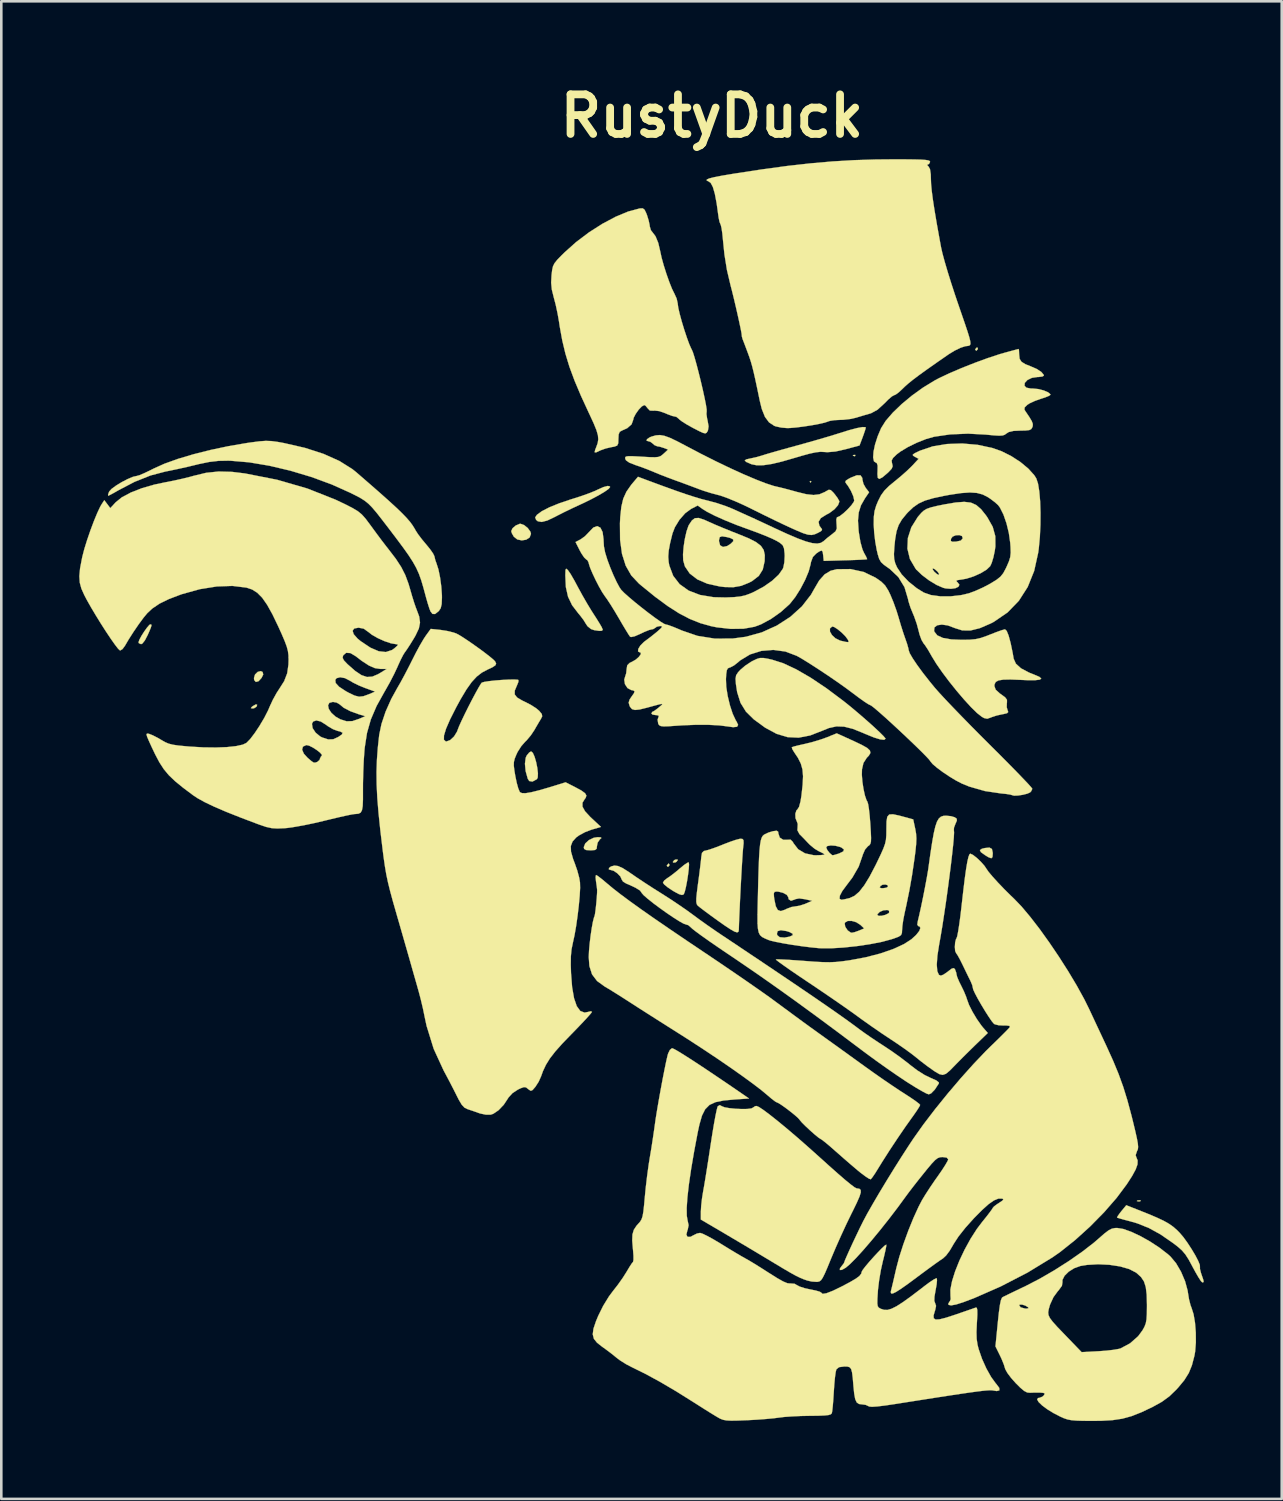
<source format=kicad_pcb>
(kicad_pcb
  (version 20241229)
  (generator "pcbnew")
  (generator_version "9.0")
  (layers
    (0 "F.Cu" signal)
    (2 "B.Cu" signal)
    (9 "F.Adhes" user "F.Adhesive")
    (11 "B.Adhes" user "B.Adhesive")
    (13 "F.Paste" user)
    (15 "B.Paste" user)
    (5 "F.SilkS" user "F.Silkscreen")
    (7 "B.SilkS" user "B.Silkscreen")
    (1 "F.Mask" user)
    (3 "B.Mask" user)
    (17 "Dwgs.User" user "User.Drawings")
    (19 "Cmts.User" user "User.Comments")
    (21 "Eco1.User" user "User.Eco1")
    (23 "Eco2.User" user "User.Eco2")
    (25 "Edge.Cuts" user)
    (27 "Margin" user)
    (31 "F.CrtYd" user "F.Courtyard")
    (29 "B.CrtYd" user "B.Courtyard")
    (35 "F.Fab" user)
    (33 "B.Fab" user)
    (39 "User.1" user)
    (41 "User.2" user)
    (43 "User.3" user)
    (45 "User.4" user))
  (footprint "RustyDuck"
    (layer "F.Cu")
    (at 22.032 29.438)
    (property "Reference" "RustyDuck" (at 2.33 -28.02 0) (layer "F.SilkS") (effects (font (size 1.524 1.524) (thickness 0.3))))
    (attr through_hole)
    (fp_poly (pts (xy 6.16 -13.938) (xy 6.128 -13.906) (xy 6.096 -13.938) (xy 6.128 -13.97) (xy 6.16 -13.938)) (stroke (width 0.01) (type solid)) (fill yes) (layer "F.SilkS"))
    (fp_poly (pts (xy 7.853 -14.965) (xy 7.844 -14.927) (xy 7.811 -14.922) (xy 7.758 -14.946) (xy 7.768 -14.965) (xy 7.844 -14.972) (xy 7.853 -14.965)) (stroke (width 0.01) (type solid)) (fill yes) (layer "F.SilkS"))
    (fp_poly (pts (xy 18.842 13.741) (xy 18.823 13.77) (xy 18.759 13.774) (xy 18.691 13.759) (xy 18.721 13.736) (xy 18.82 13.729) (xy 18.842 13.741)) (stroke (width 0.01) (type solid)) (fill yes) (layer "F.SilkS"))
    (fp_poly (pts (xy -15.179 -5.349) (xy -15.206 -5.275) (xy -15.299 -5.216) (xy -15.355 -5.209) (xy -15.422 -5.22) (xy -15.388 -5.266) (xy -15.34 -5.304) (xy -15.227 -5.366) (xy -15.179 -5.349)) (stroke (width 0.01) (type solid)) (fill yes) (layer "F.SilkS"))
    (fp_poly (pts (xy 0.698 0.811) (xy 0.699 0.826) (xy 0.65 0.887) (xy 0.631 0.889) (xy 0.593 0.85) (xy 0.603 0.826) (xy 0.66 0.765) (xy 0.67 0.762) (xy 0.698 0.811)) (stroke (width 0.01) (type solid)) (fill yes) (layer "F.SilkS"))
    (fp_poly (pts (xy 1.016 0.63) (xy 0.966 0.698) (xy 0.921 0.721) (xy 0.839 0.726) (xy 0.826 0.703) (xy 0.876 0.636) (xy 0.921 0.612) (xy 1.003 0.607) (xy 1.016 0.63)) (stroke (width 0.01) (type solid)) (fill yes) (layer "F.SilkS"))
    (fp_poly (pts (xy 12.572 -19.064) (xy 12.573 -19.05) (xy 12.524 -18.989) (xy 12.506 -18.986) (xy 12.468 -19.025) (xy 12.478 -19.05) (xy 12.535 -19.111) (xy 12.545 -19.113) (xy 12.572 -19.064)) (stroke (width 0.01) (type solid)) (fill yes) (layer "F.SilkS"))
    (fp_poly (pts (xy -14.97 -6.613) (xy -14.946 -6.516) (xy -15.01 -6.385) (xy -15.127 -6.257) (xy -15.23 -6.229) (xy -15.294 -6.302) (xy -15.303 -6.38) (xy -15.261 -6.517) (xy -15.16 -6.616) (xy -15.042 -6.647) (xy -14.97 -6.613)) (stroke (width 0.01) (type solid)) (fill yes) (layer "F.SilkS"))
    (fp_poly (pts (xy 13.113 0.202) (xy 13.144 0.344) (xy 13.145 0.385) (xy 13.134 0.516) (xy 13.088 0.56) (xy 12.981 0.521) (xy 12.843 0.437) (xy 12.688 0.324) (xy 12.65 0.247) (xy 12.727 0.194) (xy 12.834 0.167) (xy 13.018 0.149) (xy 13.113 0.202)) (stroke (width 0.01) (type solid)) (fill yes) (layer "F.SilkS"))
    (fp_poly (pts (xy -4.901 -12.27) (xy -4.758 -12.153) (xy -4.657 -12.012) (xy -4.636 -11.931) (xy -4.688 -11.793) (xy -4.82 -11.707) (xy -4.992 -11.68) (xy -5.165 -11.717) (xy -5.299 -11.825) (xy -5.373 -11.956) (xy -5.397 -12.038) (xy -5.345 -12.149) (xy -5.22 -12.255) (xy -5.075 -12.316) (xy -5.038 -12.319) (xy -4.901 -12.27)) (stroke (width 0.01) (type solid)) (fill yes) (layer "F.SilkS"))
    (fp_poly (pts (xy -19.257 -8.439) (xy -19.249 -8.401) (xy -19.278 -8.309) (xy -19.351 -8.136) (xy -19.396 -8.035) (xy -19.502 -7.831) (xy -19.599 -7.708) (xy -19.65 -7.684) (xy -19.736 -7.722) (xy -19.748 -7.757) (xy -19.716 -7.853) (xy -19.634 -8.005) (xy -19.526 -8.175) (xy -19.416 -8.328) (xy -19.329 -8.427) (xy -19.297 -8.445) (xy -19.257 -8.439)) (stroke (width 0.01) (type solid)) (fill yes) (layer "F.SilkS"))
    (fp_poly (pts (xy -4.565 -3.499) (xy -4.498 -3.35) (xy -4.438 -3.145) (xy -4.393 -2.921) (xy -4.369 -2.711) (xy -4.376 -2.552) (xy -4.407 -2.486) (xy -4.58 -2.392) (xy -4.703 -2.414) (xy -4.759 -2.499) (xy -4.842 -2.796) (xy -4.869 -3.079) (xy -4.839 -3.31) (xy -4.8 -3.397) (xy -4.706 -3.511) (xy -4.632 -3.556) (xy -4.565 -3.499)) (stroke (width 0.01) (type solid)) (fill yes) (layer "F.SilkS"))
    (fp_poly (pts (xy -1.943 -0.245) (xy -1.926 -0.217) (xy -1.984 -0.166) (xy -2.07 -0.041) (xy -2.095 0.086) (xy -2.108 0.194) (xy -2.17 0.242) (xy -2.317 0.254) (xy -2.349 0.254) (xy -2.516 0.243) (xy -2.59 0.199) (xy -2.603 0.132) (xy -2.547 -0.009) (xy -2.406 -0.139) (xy -2.219 -0.229) (xy -2.071 -0.252) (xy -1.943 -0.245)) (stroke (width 0.01) (type solid)) (fill yes) (layer "F.SilkS"))
    (fp_poly (pts (xy 1.45 0.799) (xy 1.439 0.969) (xy 1.412 1.193) (xy 1.374 1.438) (xy 1.33 1.668) (xy 1.286 1.849) (xy 1.247 1.947) (xy 1.245 1.949) (xy 1.178 1.975) (xy 1.061 1.941) (xy 0.872 1.839) (xy 0.81 1.801) (xy 0.625 1.677) (xy 0.494 1.569) (xy 0.445 1.501) (xy 0.494 1.418) (xy 0.614 1.324) (xy 0.62 1.321) (xy 0.764 1.222) (xy 0.953 1.074) (xy 1.099 0.95) (xy 1.26 0.818) (xy 1.383 0.735) (xy 1.439 0.719) (xy 1.45 0.799)) (stroke (width 0.01) (type solid)) (fill yes) (layer "F.SilkS"))
    (fp_poly (pts (xy -3.219 -10.542) (xy -3.112 -10.388) (xy -2.96 -10.125) (xy -2.826 -9.874) (xy -2.66 -9.57) (xy -2.477 -9.252) (xy -2.309 -8.974) (xy -2.255 -8.89) (xy -2.114 -8.671) (xy -1.993 -8.476) (xy -1.916 -8.344) (xy -1.911 -8.334) (xy -1.87 -8.233) (xy -1.916 -8.198) (xy -2.014 -8.196) (xy -2.201 -8.223) (xy -2.326 -8.266) (xy -2.46 -8.375) (xy -2.53 -8.48) (xy -2.613 -8.616) (xy -2.745 -8.789) (xy -2.814 -8.871) (xy -3.052 -9.182) (xy -3.209 -9.509) (xy -3.293 -9.881) (xy -3.314 -10.328) (xy -3.307 -10.539) (xy -3.283 -10.591) (xy -3.219 -10.542)) (stroke (width 0.01) (type solid)) (fill yes) (layer "F.SilkS"))
    (fp_poly (pts (xy -1.596 -13.757) (xy -1.59 -13.732) (xy -1.647 -13.662) (xy -1.801 -13.553) (xy -2.031 -13.416) (xy -2.319 -13.263) (xy -2.644 -13.104) (xy -2.753 -13.054) (xy -3.055 -12.914) (xy -3.365 -12.764) (xy -3.629 -12.63) (xy -3.71 -12.587) (xy -4.005 -12.446) (xy -4.221 -12.39) (xy -4.373 -12.416) (xy -4.439 -12.471) (xy -4.475 -12.564) (xy -4.408 -12.664) (xy -4.218 -12.804) (xy -3.922 -12.956) (xy -3.54 -13.111) (xy -3.091 -13.262) (xy -3.033 -13.279) (xy -2.726 -13.377) (xy -2.428 -13.483) (xy -2.183 -13.58) (xy -2.09 -13.624) (xy -1.848 -13.732) (xy -1.679 -13.777) (xy -1.596 -13.757)) (stroke (width 0.01) (type solid)) (fill yes) (layer "F.SilkS"))
    (fp_poly (pts (xy 8.24 -16.04) (xy 8.255 -16.021) (xy 8.234 -15.937) (xy 8.18 -15.777) (xy 8.135 -15.653) (xy 8.015 -15.335) (xy 7.484 -15.191) (xy 7.089 -15.102) (xy 6.782 -15.076) (xy 6.668 -15.083) (xy 6.516 -15.091) (xy 6.334 -15.072) (xy 6.098 -15.022) (xy 5.783 -14.936) (xy 5.524 -14.859) (xy 5.025 -14.715) (xy 4.626 -14.621) (xy 4.31 -14.574) (xy 4.06 -14.571) (xy 3.862 -14.611) (xy 3.83 -14.622) (xy 3.651 -14.701) (xy 3.594 -14.758) (xy 3.656 -14.8) (xy 3.788 -14.829) (xy 4.018 -14.879) (xy 4.259 -14.947) (xy 4.286 -14.956) (xy 4.432 -15.002) (xy 4.673 -15.072) (xy 4.985 -15.161) (xy 5.341 -15.26) (xy 5.62 -15.336) (xy 6.021 -15.448) (xy 6.425 -15.563) (xy 6.798 -15.672) (xy 7.103 -15.765) (xy 7.239 -15.808) (xy 7.615 -15.925) (xy 7.915 -16.004) (xy 8.127 -16.043) (xy 8.24 -16.04)) (stroke (width 0.01) (type solid)) (fill yes) (layer "F.SilkS"))
    (fp_poly (pts (xy 18.684 14.077) (xy 19.124 14.252) (xy 19.464 14.396) (xy 19.726 14.519) (xy 19.929 14.634) (xy 20.095 14.751) (xy 20.243 14.881) (xy 20.347 14.987) (xy 20.492 15.158) (xy 20.649 15.376) (xy 20.805 15.616) (xy 20.946 15.853) (xy 21.055 16.063) (xy 21.119 16.22) (xy 21.123 16.3) (xy 21.123 16.3) (xy 21.123 16.373) (xy 21.16 16.52) (xy 21.182 16.587) (xy 21.244 16.766) (xy 21.266 16.856) (xy 21.253 16.887) (xy 21.212 16.891) (xy 21.159 16.838) (xy 21.065 16.695) (xy 20.944 16.485) (xy 20.846 16.304) (xy 20.694 16.021) (xy 20.564 15.817) (xy 20.428 15.657) (xy 20.255 15.505) (xy 20.098 15.385) (xy 19.608 15.046) (xy 19.154 14.796) (xy 18.703 14.616) (xy 18.44 14.54) (xy 18.208 14.479) (xy 18.03 14.429) (xy 17.937 14.399) (xy 17.93 14.395) (xy 17.955 14.34) (xy 18.04 14.221) (xy 18.098 14.148) (xy 18.286 13.92) (xy 18.684 14.077)) (stroke (width 0.01) (type solid)) (fill yes) (layer "F.SilkS"))
    (fp_poly (pts (xy 3.51 -0.182) (xy 3.546 -0.137) (xy 3.551 -0.024) (xy 3.53 0.181) (xy 3.518 0.331) (xy 3.501 0.582) (xy 3.481 0.912) (xy 3.459 1.295) (xy 3.437 1.706) (xy 3.416 2.122) (xy 3.398 2.517) (xy 3.382 2.868) (xy 3.372 3.15) (xy 3.367 3.318) (xy 3.352 3.391) (xy 3.301 3.415) (xy 3.201 3.384) (xy 3.038 3.291) (xy 2.798 3.132) (xy 2.54 2.949) (xy 2.28 2.761) (xy 2.053 2.593) (xy 1.881 2.462) (xy 1.787 2.386) (xy 1.783 2.382) (xy 1.747 2.328) (xy 1.729 2.243) (xy 1.73 2.104) (xy 1.751 1.888) (xy 1.791 1.572) (xy 1.8 1.511) (xy 1.843 1.187) (xy 1.88 0.889) (xy 1.908 0.65) (xy 1.922 0.508) (xy 1.949 0.352) (xy 2.021 0.281) (xy 2.094 0.264) (xy 2.223 0.23) (xy 2.432 0.158) (xy 2.681 0.063) (xy 2.773 0.025) (xy 3.025 -0.072) (xy 3.246 -0.147) (xy 3.4 -0.187) (xy 3.434 -0.191) (xy 3.51 -0.182)) (stroke (width 0.01) (type solid)) (fill yes) (layer "F.SilkS"))
    (fp_poly (pts (xy 4.316 -7.152) (xy 4.501 -7.119) (xy 4.651 -7.085) (xy 5.08 -6.948) (xy 5.577 -6.715) (xy 6.135 -6.392) (xy 6.744 -5.984) (xy 7.395 -5.496) (xy 7.511 -5.405) (xy 7.775 -5.189) (xy 8.051 -4.955) (xy 8.322 -4.719) (xy 8.571 -4.496) (xy 8.78 -4.301) (xy 8.932 -4.15) (xy 9.01 -4.059) (xy 9.017 -4.043) (xy 8.964 -4.001) (xy 8.81 -4.018) (xy 8.566 -4.093) (xy 8.243 -4.224) (xy 8.16 -4.261) (xy 7.757 -4.423) (xy 7.422 -4.508) (xy 7.125 -4.518) (xy 6.834 -4.454) (xy 6.593 -4.356) (xy 6.114 -4.169) (xy 5.671 -4.084) (xy 5.246 -4.104) (xy 4.821 -4.231) (xy 4.379 -4.47) (xy 3.944 -4.788) (xy 3.642 -5.085) (xy 3.432 -5.425) (xy 3.303 -5.835) (xy 3.255 -6.147) (xy 3.241 -6.352) (xy 3.263 -6.485) (xy 3.338 -6.601) (xy 3.423 -6.693) (xy 3.611 -6.854) (xy 3.838 -7.005) (xy 3.912 -7.045) (xy 4.065 -7.117) (xy 4.185 -7.152) (xy 4.316 -7.152)) (stroke (width 0.01) (type solid)) (fill yes) (layer "F.SilkS"))
    (fp_poly (pts (xy 2.023 -12.479) (xy 2.204 -12.398) (xy 2.443 -12.291) (xy 2.758 -12.159) (xy 3.101 -12.019) (xy 3.365 -11.916) (xy 3.753 -11.757) (xy 4.032 -11.613) (xy 4.218 -11.469) (xy 4.325 -11.309) (xy 4.367 -11.117) (xy 4.361 -10.879) (xy 4.36 -10.874) (xy 4.289 -10.556) (xy 4.136 -10.312) (xy 3.881 -10.115) (xy 3.758 -10.05) (xy 3.458 -9.93) (xy 3.16 -9.877) (xy 2.818 -9.884) (xy 2.633 -9.906) (xy 2.157 -10.011) (xy 1.768 -10.179) (xy 1.476 -10.404) (xy 1.29 -10.68) (xy 1.225 -10.913) (xy 1.218 -11.143) (xy 1.242 -11.435) (xy 1.275 -11.652) (xy 2.603 -11.652) (xy 2.645 -11.492) (xy 2.756 -11.427) (xy 2.918 -11.462) (xy 3.057 -11.552) (xy 3.154 -11.65) (xy 3.148 -11.719) (xy 3.031 -11.775) (xy 2.897 -11.809) (xy 2.72 -11.837) (xy 2.632 -11.806) (xy 2.605 -11.699) (xy 2.603 -11.652) (xy 1.275 -11.652) (xy 1.29 -11.745) (xy 1.354 -12.028) (xy 1.427 -12.24) (xy 1.448 -12.28) (xy 1.562 -12.449) (xy 1.676 -12.535) (xy 1.82 -12.544) (xy 2.023 -12.479)) (stroke (width 0.01) (type solid)) (fill yes) (layer "F.SilkS"))
    (fp_poly (pts (xy 12.302 -13.134) (xy 12.509 -13.042) (xy 12.695 -12.881) (xy 12.885 -12.642) (xy 12.939 -12.564) (xy 13.144 -12.2) (xy 13.243 -11.842) (xy 13.246 -11.448) (xy 13.222 -11.274) (xy 13.17 -11.029) (xy 13.105 -10.814) (xy 13.047 -10.688) (xy 12.909 -10.555) (xy 12.685 -10.418) (xy 12.414 -10.296) (xy 12.135 -10.207) (xy 11.96 -10.175) (xy 11.795 -10.151) (xy 11.739 -10.123) (xy 11.772 -10.078) (xy 11.794 -10.061) (xy 11.86 -9.972) (xy 11.823 -9.895) (xy 11.707 -9.839) (xy 11.536 -9.815) (xy 11.336 -9.83) (xy 11.242 -9.852) (xy 10.986 -9.962) (xy 10.696 -10.137) (xy 10.418 -10.347) (xy 10.199 -10.558) (xy 10.193 -10.566) (xy 10.828 -10.566) (xy 10.89 -10.477) (xy 10.997 -10.383) (xy 11.069 -10.351) (xy 11.079 -10.389) (xy 11.017 -10.477) (xy 10.91 -10.572) (xy 10.839 -10.604) (xy 10.828 -10.566) (xy 10.193 -10.566) (xy 10.17 -10.594) (xy 9.955 -10.963) (xy 9.858 -11.361) (xy 9.872 -11.659) (xy 11.53 -11.659) (xy 11.587 -11.628) (xy 11.736 -11.633) (xy 11.916 -11.673) (xy 11.989 -11.759) (xy 11.99 -11.763) (xy 11.959 -11.847) (xy 11.854 -11.884) (xy 11.719 -11.876) (xy 11.599 -11.826) (xy 11.538 -11.744) (xy 11.53 -11.659) (xy 9.872 -11.659) (xy 9.877 -11.773) (xy 10.01 -12.185) (xy 10.257 -12.581) (xy 10.395 -12.741) (xy 10.489 -12.826) (xy 10.601 -12.893) (xy 10.759 -12.949) (xy 10.99 -13.006) (xy 11.303 -13.069) (xy 11.724 -13.14) (xy 12.048 -13.164) (xy 12.302 -13.134)) (stroke (width 0.01) (type solid)) (fill yes) (layer "F.SilkS"))
    (fp_poly (pts (xy 2.712 10.107) (xy 2.82 10.15) (xy 3.008 10.183) (xy 3.241 10.206) (xy 3.484 10.216) (xy 3.698 10.213) (xy 3.85 10.193) (xy 3.901 10.168) (xy 3.996 10.106) (xy 4.052 10.099) (xy 4.149 10.142) (xy 4.327 10.261) (xy 4.575 10.448) (xy 4.882 10.692) (xy 5.236 10.984) (xy 5.624 11.315) (xy 6.035 11.676) (xy 6.365 11.971) (xy 6.819 12.38) (xy 7.186 12.706) (xy 7.473 12.954) (xy 7.685 13.127) (xy 7.826 13.232) (xy 7.904 13.272) (xy 7.91 13.272) (xy 8.007 13.286) (xy 8.059 13.332) (xy 8.063 13.425) (xy 8.016 13.581) (xy 7.914 13.815) (xy 7.755 14.142) (xy 7.71 14.231) (xy 7.515 14.632) (xy 7.301 15.095) (xy 7.094 15.561) (xy 6.921 15.97) (xy 6.781 16.312) (xy 6.677 16.553) (xy 6.598 16.711) (xy 6.534 16.805) (xy 6.473 16.852) (xy 6.405 16.869) (xy 6.376 16.872) (xy 6.175 16.859) (xy 6.001 16.819) (xy 5.854 16.767) (xy 5.712 16.707) (xy 5.553 16.629) (xy 5.358 16.521) (xy 5.104 16.373) (xy 4.77 16.173) (xy 4.636 16.092) (xy 4.259 15.865) (xy 3.82 15.602) (xy 3.367 15.333) (xy 2.948 15.085) (xy 2.842 15.022) (xy 1.905 14.472) (xy 1.905 14.163) (xy 1.918 13.938) (xy 1.95 13.654) (xy 1.993 13.388) (xy 2.03 13.182) (xy 2.081 12.878) (xy 2.141 12.502) (xy 2.207 12.083) (xy 2.273 11.647) (xy 2.287 11.557) (xy 2.35 11.152) (xy 2.411 10.787) (xy 2.467 10.482) (xy 2.514 10.257) (xy 2.547 10.13) (xy 2.556 10.112) (xy 2.633 10.064) (xy 2.712 10.107)) (stroke (width 0.01) (type solid)) (fill yes) (layer "F.SilkS"))
    (fp_poly (pts (xy -1.284 0.859) (xy -1.103 0.94) (xy -0.858 1.096) (xy -0.794 1.141) (xy -0.561 1.301) (xy -0.26 1.501) (xy 0.071 1.716) (xy 0.381 1.911) (xy 0.707 2.119) (xy 1.045 2.344) (xy 1.355 2.558) (xy 1.582 2.723) (xy 1.843 2.915) (xy 2.161 3.142) (xy 2.489 3.369) (xy 2.672 3.493) (xy 3.572 4.094) (xy 4.372 4.63) (xy 5.079 5.106) (xy 5.7 5.526) (xy 6.242 5.895) (xy 6.71 6.217) (xy 7.113 6.497) (xy 7.455 6.739) (xy 7.745 6.949) (xy 7.988 7.129) (xy 8.011 7.147) (xy 8.214 7.293) (xy 8.482 7.478) (xy 8.774 7.672) (xy 8.944 7.782) (xy 9.248 7.984) (xy 9.568 8.212) (xy 9.854 8.429) (xy 9.971 8.524) (xy 10.242 8.73) (xy 10.522 8.906) (xy 10.759 9.021) (xy 10.973 9.115) (xy 11.07 9.193) (xy 11.071 9.228) (xy 10.913 9.468) (xy 10.772 9.613) (xy 10.68 9.651) (xy 10.59 9.618) (xy 10.417 9.526) (xy 10.183 9.389) (xy 9.91 9.219) (xy 9.804 9.151) (xy 9.47 8.928) (xy 9.077 8.656) (xy 8.668 8.365) (xy 8.284 8.084) (xy 8.162 7.993) (xy 7.236 7.298) (xy 6.389 6.67) (xy 5.604 6.097) (xy 4.863 5.566) (xy 4.148 5.063) (xy 3.44 4.577) (xy 2.921 4.226) (xy 2.556 3.979) (xy 2.224 3.75) (xy 1.939 3.548) (xy 1.718 3.386) (xy 1.576 3.275) (xy 1.532 3.233) (xy 1.42 3.136) (xy 1.336 3.111) (xy 1.237 3.076) (xy 1.064 2.979) (xy 0.839 2.836) (xy 0.584 2.663) (xy 0.322 2.476) (xy 0.072 2.29) (xy -0.141 2.12) (xy -0.298 1.983) (xy -0.376 1.894) (xy -0.381 1.879) (xy -0.441 1.8) (xy -0.614 1.693) (xy -0.891 1.565) (xy -0.968 1.534) (xy -1.093 1.457) (xy -1.143 1.378) (xy -1.193 1.263) (xy -1.313 1.137) (xy -1.455 1.042) (xy -1.549 1.016) (xy -1.637 0.991) (xy -1.632 0.935) (xy -1.554 0.876) (xy -1.424 0.841) (xy -1.424 0.841) (xy -1.284 0.859)) (stroke (width 0.01) (type solid)) (fill yes) (layer "F.SilkS"))
    (fp_poly (pts (xy 0.499 -15.707) (xy 0.708 -15.632) (xy 0.98 -15.503) (xy 1.333 -15.318) (xy 1.908 -15.015) (xy 2.479 -14.728) (xy 3.03 -14.463) (xy 3.545 -14.228) (xy 4.008 -14.031) (xy 4.401 -13.878) (xy 4.709 -13.777) (xy 4.826 -13.749) (xy 4.989 -13.711) (xy 5.231 -13.649) (xy 5.507 -13.574) (xy 5.605 -13.546) (xy 5.966 -13.458) (xy 6.245 -13.427) (xy 6.471 -13.455) (xy 6.676 -13.542) (xy 6.727 -13.573) (xy 6.829 -13.628) (xy 6.906 -13.618) (xy 7 -13.53) (xy 7.061 -13.458) (xy 7.17 -13.311) (xy 7.233 -13.197) (xy 7.239 -13.171) (xy 7.186 -13.034) (xy 7.048 -12.877) (xy 6.856 -12.734) (xy 6.737 -12.671) (xy 6.527 -12.541) (xy 6.437 -12.396) (xy 6.469 -12.245) (xy 6.509 -12.192) (xy 6.572 -12.108) (xy 6.551 -12.05) (xy 6.431 -11.979) (xy 6.422 -11.974) (xy 6.29 -11.914) (xy 6.169 -11.888) (xy 6.031 -11.9) (xy 5.85 -11.955) (xy 5.6 -12.059) (xy 5.388 -12.154) (xy 5.101 -12.287) (xy 4.742 -12.458) (xy 4.352 -12.648) (xy 3.973 -12.836) (xy 3.885 -12.88) (xy 3.541 -13.047) (xy 3.199 -13.199) (xy 2.893 -13.323) (xy 2.653 -13.407) (xy 2.584 -13.425) (xy 2.3 -13.5) (xy 2.003 -13.593) (xy 1.834 -13.653) (xy 1.609 -13.739) (xy 1.319 -13.847) (xy 1.018 -13.957) (xy 0.953 -13.98) (xy 0.662 -14.088) (xy 0.373 -14.199) (xy 0.139 -14.295) (xy 0.095 -14.314) (xy -0.152 -14.415) (xy -0.439 -14.522) (xy -0.603 -14.577) (xy -0.846 -14.671) (xy -0.976 -14.762) (xy -1.006 -14.821) (xy -1.009 -14.875) (xy -0.979 -14.908) (xy -0.894 -14.922) (xy -0.733 -14.922) (xy -0.473 -14.909) (xy -0.364 -14.902) (xy -0.065 -14.885) (xy 0.135 -14.881) (xy 0.266 -14.893) (xy 0.356 -14.927) (xy 0.434 -14.985) (xy 0.472 -15.019) (xy 0.642 -15.177) (xy 0.476 -15.24) (xy 0.323 -15.288) (xy 0.226 -15.303) (xy 0.118 -15.348) (xy 0.064 -15.399) (xy -0.045 -15.479) (xy -0.103 -15.494) (xy -0.186 -15.518) (xy -0.169 -15.577) (xy -0.066 -15.647) (xy 0.009 -15.678) (xy 0.173 -15.724) (xy 0.328 -15.736) (xy 0.499 -15.707)) (stroke (width 0.01) (type solid)) (fill yes) (layer "F.SilkS"))
    (fp_poly (pts (xy 14.155 -18.994) (xy 14.16 -18.858) (xy 14.161 -18.836) (xy 14.179 -18.673) (xy 14.25 -18.558) (xy 14.399 -18.465) (xy 14.607 -18.382) (xy 14.84 -18.28) (xy 15.016 -18.165) (xy 15.107 -18.055) (xy 15.113 -18.024) (xy 15.057 -17.99) (xy 14.917 -17.972) (xy 14.866 -17.971) (xy 14.653 -17.939) (xy 14.48 -17.856) (xy 14.377 -17.744) (xy 14.37 -17.631) (xy 14.441 -17.56) (xy 14.599 -17.529) (xy 14.701 -17.526) (xy 14.906 -17.506) (xy 15.109 -17.453) (xy 15.274 -17.383) (xy 15.361 -17.308) (xy 15.367 -17.286) (xy 15.311 -17.246) (xy 15.166 -17.186) (xy 14.995 -17.131) (xy 14.766 -17.05) (xy 14.566 -16.958) (xy 14.472 -16.897) (xy 14.372 -16.797) (xy 14.366 -16.714) (xy 14.4 -16.657) (xy 14.556 -16.426) (xy 14.648 -16.271) (xy 14.687 -16.164) (xy 14.684 -16.08) (xy 14.671 -16.041) (xy 14.629 -15.968) (xy 14.549 -15.927) (xy 14.4 -15.91) (xy 14.207 -15.907) (xy 13.939 -15.895) (xy 13.764 -15.854) (xy 13.67 -15.795) (xy 13.603 -15.746) (xy 13.519 -15.719) (xy 13.39 -15.712) (xy 13.189 -15.723) (xy 12.891 -15.752) (xy 12.885 -15.753) (xy 12.192 -15.79) (xy 11.502 -15.761) (xy 10.89 -15.672) (xy 10.574 -15.582) (xy 10.222 -15.442) (xy 9.877 -15.274) (xy 9.584 -15.097) (xy 9.447 -14.993) (xy 9.307 -14.858) (xy 9.252 -14.758) (xy 9.264 -14.657) (xy 9.271 -14.637) (xy 9.291 -14.535) (xy 9.252 -14.439) (xy 9.135 -14.313) (xy 9.077 -14.26) (xy 8.891 -14.104) (xy 8.775 -14.046) (xy 8.717 -14.09) (xy 8.704 -14.238) (xy 8.709 -14.351) (xy 8.712 -14.56) (xy 8.68 -14.658) (xy 8.653 -14.669) (xy 8.571 -14.723) (xy 8.539 -14.872) (xy 8.554 -15.096) (xy 8.613 -15.375) (xy 8.714 -15.689) (xy 8.846 -16.002) (xy 9.023 -16.283) (xy 9.294 -16.597) (xy 9.638 -16.928) (xy 10.033 -17.256) (xy 10.458 -17.562) (xy 10.892 -17.828) (xy 11.063 -17.92) (xy 11.467 -18.111) (xy 11.947 -18.317) (xy 12.459 -18.519) (xy 12.962 -18.703) (xy 13.413 -18.851) (xy 13.576 -18.898) (xy 13.821 -18.965) (xy 14.014 -19.017) (xy 14.127 -19.046) (xy 14.144 -19.05) (xy 14.155 -18.994)) (stroke (width 0.01) (type solid)) (fill yes) (layer "F.SilkS"))
    (fp_poly (pts (xy -14.63 -15.504) (xy -14.384 -15.471) (xy -14.149 -15.428) (xy -13.338 -15.242) (xy -12.624 -15.011) (xy -12.014 -14.738) (xy -11.516 -14.426) (xy -11.37 -14.309) (xy -10.858 -13.865) (xy -10.434 -13.494) (xy -10.088 -13.185) (xy -9.81 -12.93) (xy -9.591 -12.718) (xy -9.421 -12.541) (xy -9.29 -12.389) (xy -9.19 -12.252) (xy -9.109 -12.12) (xy -9.073 -12.054) (xy -8.987 -11.921) (xy -8.846 -11.734) (xy -8.679 -11.533) (xy -8.675 -11.529) (xy -8.522 -11.341) (xy -8.407 -11.177) (xy -8.355 -11.07) (xy -8.354 -11.064) (xy -8.321 -10.922) (xy -8.275 -10.795) (xy -8.201 -10.565) (xy -8.137 -10.253) (xy -8.09 -9.905) (xy -8.066 -9.567) (xy -8.065 -9.474) (xy -8.075 -9.228) (xy -8.112 -9.069) (xy -8.186 -8.959) (xy -8.191 -8.954) (xy -8.329 -8.845) (xy -8.429 -8.848) (xy -8.503 -8.942) (xy -8.549 -9.058) (xy -8.612 -9.257) (xy -8.681 -9.498) (xy -8.689 -9.53) (xy -8.78 -9.866) (xy -8.863 -10.147) (xy -8.951 -10.392) (xy -9.054 -10.62) (xy -9.183 -10.852) (xy -9.348 -11.108) (xy -9.561 -11.408) (xy -9.832 -11.771) (xy -10.109 -12.136) (xy -10.375 -12.482) (xy -10.581 -12.745) (xy -10.748 -12.942) (xy -10.892 -13.089) (xy -11.033 -13.204) (xy -11.189 -13.304) (xy -11.378 -13.405) (xy -11.589 -13.511) (xy -12.309 -13.834) (xy -13.089 -14.121) (xy -13.9 -14.364) (xy -14.709 -14.555) (xy -15.484 -14.685) (xy -16.196 -14.746) (xy -16.294 -14.749) (xy -16.668 -14.742) (xy -17.028 -14.7) (xy -17.435 -14.616) (xy -17.526 -14.593) (xy -17.872 -14.51) (xy -18.241 -14.428) (xy -18.573 -14.358) (xy -18.705 -14.333) (xy -19.283 -14.181) (xy -19.9 -13.935) (xy -20.507 -13.618) (xy -20.7 -13.508) (xy -20.847 -13.429) (xy -20.916 -13.399) (xy -20.917 -13.399) (xy -20.92 -13.448) (xy -20.88 -13.558) (xy -20.789 -13.66) (xy -20.616 -13.788) (xy -20.397 -13.922) (xy -20.166 -14.042) (xy -19.959 -14.129) (xy -19.815 -14.161) (xy -19.715 -14.189) (xy -19.534 -14.265) (xy -19.303 -14.375) (xy -19.167 -14.444) (xy -18.752 -14.631) (xy -18.234 -14.817) (xy -17.634 -14.996) (xy -16.975 -15.162) (xy -16.28 -15.309) (xy -15.572 -15.43) (xy -15.398 -15.455) (xy -15.086 -15.495) (xy -14.847 -15.512) (xy -14.63 -15.504)) (stroke (width 0.01) (type solid)) (fill yes) (layer "F.SilkS"))
    (fp_poly (pts (xy 11.533 -1.061) (xy 11.681 -1.018) (xy 11.683 -1.016) (xy 11.758 -0.962) (xy 11.762 -0.888) (xy 11.707 -0.763) (xy 11.652 -0.617) (xy 11.647 -0.518) (xy 11.649 -0.514) (xy 11.655 -0.428) (xy 11.645 -0.234) (xy 11.619 0.052) (xy 11.58 0.412) (xy 11.531 0.83) (xy 11.473 1.288) (xy 11.409 1.77) (xy 11.341 2.258) (xy 11.27 2.735) (xy 11.201 3.185) (xy 11.133 3.591) (xy 11.082 3.873) (xy 11.013 4.312) (xy 10.989 4.659) (xy 11.009 4.907) (xy 11.072 5.049) (xy 11.146 5.08) (xy 11.245 5.042) (xy 11.387 4.946) (xy 11.431 4.911) (xy 11.566 4.809) (xy 11.644 4.79) (xy 11.689 4.831) (xy 11.741 4.973) (xy 11.747 5.023) (xy 11.775 5.132) (xy 11.849 5.308) (xy 11.929 5.468) (xy 12.036 5.688) (xy 12.121 5.894) (xy 12.156 6.001) (xy 12.232 6.208) (xy 12.364 6.47) (xy 12.528 6.745) (xy 12.699 6.99) (xy 12.773 7.082) (xy 12.954 7.288) (xy 12.47 7.755) (xy 12.228 7.992) (xy 11.983 8.235) (xy 11.773 8.447) (xy 11.692 8.531) (xy 11.488 8.738) (xy 11.34 8.86) (xy 11.217 8.902) (xy 11.09 8.872) (xy 10.928 8.778) (xy 10.861 8.733) (xy 10.625 8.565) (xy 10.365 8.367) (xy 10.204 8.236) (xy 10.014 8.087) (xy 9.753 7.897) (xy 9.459 7.693) (xy 9.222 7.536) (xy 8.882 7.31) (xy 8.499 7.046) (xy 8.131 6.786) (xy 7.946 6.651) (xy 7.706 6.478) (xy 7.386 6.252) (xy 7.01 5.992) (xy 6.605 5.715) (xy 6.197 5.439) (xy 6.044 5.337) (xy 5.69 5.099) (xy 5.376 4.885) (xy 5.116 4.703) (xy 4.924 4.565) (xy 4.814 4.48) (xy 4.793 4.457) (xy 4.862 4.452) (xy 5.037 4.458) (xy 5.295 4.471) (xy 5.614 4.493) (xy 5.872 4.512) (xy 6.286 4.543) (xy 6.608 4.56) (xy 6.871 4.564) (xy 7.109 4.553) (xy 7.356 4.527) (xy 7.637 4.488) (xy 8.244 4.375) (xy 8.809 4.229) (xy 9.31 4.056) (xy 9.725 3.865) (xy 10.013 3.679) (xy 10.195 3.512) (xy 10.314 3.361) (xy 10.359 3.244) (xy 10.32 3.181) (xy 10.28 3.175) (xy 10.239 3.122) (xy 10.255 3) (xy 10.313 2.755) (xy 10.385 2.428) (xy 10.462 2.057) (xy 10.536 1.68) (xy 10.601 1.334) (xy 10.649 1.056) (xy 10.665 0.953) (xy 10.743 0.39) (xy 10.812 -0.059) (xy 10.874 -0.406) (xy 10.935 -0.666) (xy 10.998 -0.85) (xy 11.068 -0.97) (xy 11.149 -1.04) (xy 11.245 -1.073) (xy 11.346 -1.079) (xy 11.533 -1.061)) (stroke (width 0.01) (type solid)) (fill yes) (layer "F.SilkS"))
    (fp_poly (pts (xy -2.06 1.245) (xy -1.925 1.348) (xy -1.748 1.495) (xy -1.704 1.533) (xy -1.468 1.729) (xy -1.174 1.958) (xy -0.815 2.224) (xy -0.383 2.534) (xy 0.128 2.891) (xy 0.727 3.302) (xy 1.42 3.772) (xy 2.043 4.19) (xy 2.52 4.511) (xy 2.999 4.836) (xy 3.461 5.152) (xy 3.886 5.446) (xy 4.255 5.704) (xy 4.55 5.913) (xy 4.685 6.012) (xy 5.137 6.345) (xy 5.51 6.62) (xy 5.826 6.852) (xy 6.109 7.058) (xy 6.382 7.254) (xy 6.667 7.459) (xy 6.742 7.512) (xy 6.986 7.688) (xy 7.301 7.914) (xy 7.654 8.169) (xy 8.014 8.429) (xy 8.212 8.572) (xy 8.566 8.825) (xy 8.938 9.085) (xy 9.295 9.328) (xy 9.602 9.532) (xy 9.74 9.62) (xy 9.982 9.777) (xy 10.179 9.913) (xy 10.308 10.012) (xy 10.349 10.057) (xy 10.314 10.131) (xy 10.221 10.278) (xy 10.087 10.471) (xy 10.042 10.533) (xy 9.777 10.905) (xy 9.479 11.342) (xy 9.176 11.799) (xy 8.9 12.231) (xy 8.739 12.492) (xy 8.616 12.691) (xy 8.512 12.843) (xy 8.45 12.919) (xy 8.448 12.921) (xy 8.378 12.898) (xy 8.238 12.807) (xy 8.052 12.667) (xy 7.956 12.589) (xy 7.696 12.368) (xy 7.397 12.109) (xy 7.116 11.862) (xy 7.058 11.811) (xy 6.852 11.63) (xy 6.673 11.482) (xy 6.549 11.388) (xy 6.512 11.367) (xy 6.425 11.309) (xy 6.28 11.189) (xy 6.107 11.036) (xy 5.935 10.875) (xy 5.794 10.734) (xy 5.714 10.64) (xy 5.708 10.629) (xy 5.645 10.558) (xy 5.512 10.441) (xy 5.337 10.301) (xy 5.153 10.161) (xy 4.989 10.046) (xy 4.877 9.978) (xy 4.851 9.97) (xy 4.774 9.93) (xy 4.636 9.826) (xy 4.473 9.687) (xy 4.239 9.492) (xy 3.911 9.241) (xy 3.506 8.946) (xy 3.04 8.617) (xy 2.527 8.266) (xy 1.984 7.904) (xy 1.426 7.54) (xy 1.053 7.303) (xy 0.647 7.046) (xy 0.234 6.784) (xy -0.161 6.533) (xy -0.51 6.31) (xy -0.786 6.132) (xy -0.849 6.091) (xy -1.135 5.908) (xy -1.415 5.731) (xy -1.654 5.584) (xy -1.795 5.501) (xy -2.092 5.286) (xy -2.285 5.03) (xy -2.387 4.71) (xy -2.412 4.367) (xy -2.402 4.135) (xy -2.377 3.851) (xy -2.341 3.548) (xy -2.298 3.257) (xy -2.253 3.011) (xy -2.211 2.842) (xy -2.191 2.795) (xy -2.172 2.712) (xy -2.148 2.541) (xy -2.124 2.322) (xy -2.104 2.093) (xy -2.091 1.895) (xy -2.089 1.778) (xy -2.102 1.654) (xy -2.128 1.475) (xy -2.133 1.445) (xy -2.148 1.293) (xy -2.135 1.211) (xy -2.127 1.206) (xy -2.06 1.245)) (stroke (width 0.01) (type solid)) (fill yes) (layer "F.SilkS"))
    (fp_poly (pts (xy -0.261 -24.412) (xy -0.195 -24.274) (xy -0.167 -24.199) (xy -0.105 -23.997) (xy -0.068 -23.824) (xy -0.063 -23.773) (xy -0.019 -23.624) (xy 0.035 -23.555) (xy 0.159 -23.391) (xy 0.265 -23.134) (xy 0.339 -22.817) (xy 0.34 -22.814) (xy 0.391 -22.575) (xy 0.474 -22.274) (xy 0.577 -21.949) (xy 0.688 -21.634) (xy 0.794 -21.368) (xy 0.883 -21.187) (xy 0.886 -21.183) (xy 0.973 -20.99) (xy 1.015 -20.798) (xy 1.016 -20.778) (xy 1.037 -20.628) (xy 1.092 -20.393) (xy 1.171 -20.103) (xy 1.265 -19.793) (xy 1.364 -19.496) (xy 1.456 -19.243) (xy 1.533 -19.067) (xy 1.554 -19.029) (xy 1.6 -18.922) (xy 1.663 -18.722) (xy 1.739 -18.452) (xy 1.821 -18.137) (xy 1.904 -17.801) (xy 1.982 -17.468) (xy 2.049 -17.161) (xy 2.1 -16.905) (xy 2.128 -16.723) (xy 2.129 -16.639) (xy 2.128 -16.639) (xy 2.121 -16.546) (xy 2.144 -16.381) (xy 2.163 -16.298) (xy 2.202 -16.074) (xy 2.18 -15.92) (xy 2.164 -15.884) (xy 2.125 -15.823) (xy 2.076 -15.8) (xy 1.99 -15.819) (xy 1.843 -15.886) (xy 1.609 -16.007) (xy 1.602 -16.01) (xy 1.374 -16.137) (xy 1.189 -16.252) (xy 1.077 -16.337) (xy 1.06 -16.357) (xy 0.962 -16.437) (xy 0.914 -16.447) (xy 0.803 -16.472) (xy 0.628 -16.536) (xy 0.529 -16.579) (xy 0.303 -16.658) (xy 0.121 -16.678) (xy 0.089 -16.673) (xy -0.057 -16.678) (xy -0.141 -16.763) (xy -0.223 -16.863) (xy -0.273 -16.891) (xy -0.367 -16.84) (xy -0.487 -16.716) (xy -0.601 -16.556) (xy -0.681 -16.403) (xy -0.7 -16.321) (xy -0.762 -16.149) (xy -0.929 -16.001) (xy -1.127 -15.912) (xy -1.219 -15.861) (xy -1.261 -15.759) (xy -1.27 -15.591) (xy -1.276 -15.418) (xy -1.317 -15.331) (xy -1.426 -15.29) (xy -1.54 -15.27) (xy -1.756 -15.22) (xy -1.949 -15.152) (xy -1.981 -15.137) (xy -2.131 -15.067) (xy -2.186 -15.074) (xy -2.163 -15.172) (xy -2.124 -15.27) (xy -2.068 -15.426) (xy -2.045 -15.571) (xy -2.059 -15.73) (xy -2.116 -15.927) (xy -2.221 -16.185) (xy -2.379 -16.528) (xy -2.405 -16.582) (xy -2.712 -17.248) (xy -2.959 -17.833) (xy -3.156 -18.365) (xy -3.31 -18.87) (xy -3.431 -19.376) (xy -3.528 -19.909) (xy -3.556 -20.098) (xy -3.612 -20.416) (xy -3.685 -20.757) (xy -3.759 -21.037) (xy -3.834 -21.339) (xy -3.86 -21.604) (xy -3.844 -21.895) (xy -3.821 -22.09) (xy -3.789 -22.233) (xy -3.729 -22.354) (xy -3.624 -22.485) (xy -3.455 -22.659) (xy -3.344 -22.768) (xy -2.898 -23.167) (xy -2.405 -23.539) (xy -1.891 -23.868) (xy -1.378 -24.141) (xy -0.893 -24.343) (xy -0.46 -24.459) (xy -0.437 -24.463) (xy -0.332 -24.466) (xy -0.261 -24.412)) (stroke (width 0.01) (type solid)) (fill yes) (layer "F.SilkS"))
    (fp_poly (pts (xy 9.778 -26.352) (xy 10.132 -26.348) (xy 10.388 -26.341) (xy 10.561 -26.329) (xy 10.667 -26.311) (xy 10.718 -26.287) (xy 10.732 -26.257) (xy 10.689 -26.172) (xy 10.652 -26.16) (xy 10.616 -26.135) (xy 10.668 -26.081) (xy 10.728 -25.977) (xy 10.758 -25.777) (xy 10.763 -25.59) (xy 10.771 -25.391) (xy 10.796 -25.132) (xy 10.839 -24.804) (xy 10.902 -24.393) (xy 10.987 -23.888) (xy 11.097 -23.276) (xy 11.155 -22.962) (xy 11.206 -22.737) (xy 11.292 -22.418) (xy 11.406 -22.03) (xy 11.54 -21.6) (xy 11.686 -21.153) (xy 11.761 -20.93) (xy 11.934 -20.426) (xy 12.07 -20.031) (xy 12.171 -19.729) (xy 12.239 -19.509) (xy 12.277 -19.357) (xy 12.287 -19.26) (xy 12.272 -19.205) (xy 12.234 -19.178) (xy 12.176 -19.167) (xy 12.099 -19.158) (xy 12.085 -19.156) (xy 11.909 -19.099) (xy 11.681 -18.989) (xy 11.45 -18.848) (xy 11.446 -18.845) (xy 10.974 -18.518) (xy 10.595 -18.251) (xy 10.297 -18.036) (xy 10.065 -17.861) (xy 9.889 -17.718) (xy 9.754 -17.598) (xy 9.687 -17.532) (xy 9.535 -17.389) (xy 9.408 -17.295) (xy 9.351 -17.272) (xy 9.267 -17.228) (xy 9.131 -17.113) (xy 8.973 -16.954) (xy 8.708 -16.711) (xy 8.459 -16.576) (xy 8.42 -16.564) (xy 8.181 -16.495) (xy 7.928 -16.419) (xy 7.888 -16.406) (xy 7.657 -16.354) (xy 7.386 -16.324) (xy 7.268 -16.32) (xy 7.051 -16.309) (xy 6.875 -16.282) (xy 6.81 -16.26) (xy 6.678 -16.215) (xy 6.455 -16.164) (xy 6.174 -16.112) (xy 5.869 -16.065) (xy 5.577 -16.028) (xy 5.33 -16.007) (xy 5.23 -16.004) (xy 5 -16.024) (xy 4.789 -16.07) (xy 4.731 -16.091) (xy 4.53 -16.225) (xy 4.373 -16.436) (xy 4.251 -16.741) (xy 4.175 -17.05) (xy 4.079 -17.514) (xy 4.002 -17.876) (xy 3.938 -18.157) (xy 3.883 -18.378) (xy 3.831 -18.561) (xy 3.776 -18.729) (xy 3.717 -18.891) (xy 3.631 -19.121) (xy 3.559 -19.312) (xy 3.514 -19.425) (xy 3.512 -19.431) (xy 3.482 -19.54) (xy 3.481 -19.571) (xy 3.472 -19.651) (xy 3.438 -19.829) (xy 3.385 -20.08) (xy 3.319 -20.379) (xy 3.246 -20.699) (xy 3.171 -21.016) (xy 3.1 -21.304) (xy 3.05 -21.495) (xy 2.91 -22.089) (xy 2.813 -22.692) (xy 2.757 -23.241) (xy 2.732 -23.495) (xy 2.702 -23.702) (xy 2.672 -23.827) (xy 2.663 -23.846) (xy 2.623 -23.947) (xy 2.588 -24.117) (xy 2.581 -24.169) (xy 2.513 -24.658) (xy 2.443 -25.027) (xy 2.368 -25.286) (xy 2.285 -25.442) (xy 2.208 -25.5) (xy 2.13 -25.536) (xy 2.134 -25.575) (xy 2.228 -25.617) (xy 2.421 -25.666) (xy 2.722 -25.724) (xy 3.139 -25.794) (xy 3.207 -25.805) (xy 4.268 -25.967) (xy 5.233 -26.098) (xy 6.126 -26.198) (xy 6.974 -26.272) (xy 7.801 -26.321) (xy 8.634 -26.347) (xy 9.312 -26.353) (xy 9.778 -26.352)) (stroke (width 0.01) (type solid)) (fill yes) (layer "F.SilkS"))
    (fp_poly (pts (xy 18.173 14.835) (xy 18.481 14.945) (xy 18.832 15.11) (xy 19.199 15.316) (xy 19.556 15.55) (xy 19.877 15.797) (xy 19.992 15.9) (xy 20.201 16.15) (xy 20.395 16.482) (xy 20.551 16.849) (xy 20.648 17.205) (xy 20.662 17.298) (xy 20.702 17.542) (xy 20.759 17.767) (xy 20.799 17.872) (xy 20.877 18.116) (xy 20.933 18.446) (xy 20.963 18.822) (xy 20.966 19.206) (xy 20.938 19.557) (xy 20.91 19.717) (xy 20.814 20.083) (xy 20.693 20.38) (xy 20.523 20.653) (xy 20.281 20.946) (xy 20.214 21.019) (xy 19.945 21.279) (xy 19.654 21.491) (xy 19.308 21.683) (xy 18.869 21.892) (xy 18.491 22.041) (xy 18.135 22.139) (xy 17.758 22.196) (xy 17.322 22.221) (xy 16.995 22.224) (xy 16.631 22.222) (xy 16.365 22.214) (xy 16.17 22.197) (xy 16.018 22.167) (xy 15.88 22.12) (xy 15.76 22.067) (xy 15.482 21.923) (xy 15.238 21.773) (xy 15.043 21.627) (xy 14.911 21.499) (xy 14.854 21.4) (xy 14.887 21.344) (xy 14.946 21.336) (xy 15.058 21.291) (xy 15.113 21.241) (xy 15.148 21.176) (xy 15.095 21.146) (xy 14.978 21.136) (xy 14.765 21.134) (xy 14.582 21.141) (xy 14.472 21.131) (xy 14.356 21.072) (xy 14.206 20.947) (xy 14.027 20.768) (xy 13.85 20.568) (xy 13.708 20.379) (xy 13.628 20.235) (xy 13.619 20.208) (xy 13.572 20.055) (xy 13.487 19.844) (xy 13.417 19.695) (xy 13.249 19.355) (xy 13.34 18.431) (xy 13.381 18.044) (xy 15.279 18.044) (xy 15.291 18.149) (xy 15.345 18.264) (xy 15.451 18.405) (xy 15.62 18.594) (xy 15.863 18.847) (xy 15.991 18.98) (xy 16.567 19.577) (xy 17.221 19.542) (xy 17.519 19.52) (xy 17.788 19.489) (xy 17.991 19.454) (xy 18.066 19.434) (xy 18.433 19.237) (xy 18.745 18.962) (xy 18.911 18.737) (xy 18.987 18.598) (xy 19.037 18.468) (xy 19.065 18.316) (xy 19.078 18.107) (xy 19.082 17.811) (xy 19.082 17.748) (xy 19.072 17.36) (xy 19.037 17.072) (xy 18.968 16.856) (xy 18.855 16.686) (xy 18.69 16.536) (xy 18.66 16.513) (xy 18.399 16.378) (xy 18.048 16.277) (xy 17.638 16.214) (xy 17.204 16.193) (xy 16.776 16.218) (xy 16.522 16.259) (xy 16.283 16.344) (xy 16.07 16.478) (xy 15.91 16.636) (xy 15.828 16.797) (xy 15.828 16.884) (xy 15.809 17.021) (xy 15.682 17.196) (xy 15.651 17.229) (xy 15.483 17.458) (xy 15.354 17.739) (xy 15.34 17.783) (xy 15.299 17.928) (xy 15.279 18.044) (xy 13.381 18.044) (xy 13.382 18.04) (xy 13.419 17.77) (xy 14.161 17.77) (xy 14.219 17.852) (xy 14.379 17.897) (xy 14.443 17.902) (xy 14.521 17.886) (xy 14.507 17.851) (xy 14.4 17.785) (xy 14.275 17.746) (xy 14.181 17.746) (xy 14.161 17.77) (xy 13.419 17.77) (xy 13.42 17.762) (xy 13.458 17.581) (xy 13.499 17.484) (xy 13.525 17.459) (xy 13.616 17.415) (xy 13.796 17.327) (xy 14.043 17.208) (xy 14.333 17.069) (xy 14.415 17.03) (xy 14.953 16.752) (xy 15.517 16.425) (xy 16.074 16.07) (xy 16.593 15.708) (xy 17.042 15.36) (xy 17.22 15.206) (xy 17.442 15.012) (xy 17.602 14.89) (xy 17.729 14.824) (xy 17.85 14.799) (xy 17.935 14.796) (xy 18.173 14.835)) (stroke (width 0.01) (type solid)) (fill yes) (layer "F.SilkS"))
    (fp_poly (pts (xy 8.054 -14.184) (xy 8.121 -14.085) (xy 8.128 -14.012) (xy 8.167 -13.854) (xy 8.256 -13.697) (xy 8.384 -13.534) (xy 8.224 -13.299) (xy 8.071 -13.031) (xy 7.984 -12.757) (xy 7.955 -12.443) (xy 7.98 -12.052) (xy 7.989 -11.981) (xy 8.049 -11.618) (xy 8.128 -11.332) (xy 8.19 -11.195) (xy 8.269 -11.052) (xy 8.306 -10.964) (xy 8.305 -10.953) (xy 8.238 -10.946) (xy 8.069 -10.936) (xy 7.821 -10.925) (xy 7.519 -10.915) (xy 7.461 -10.914) (xy 6.636 -10.89) (xy 6.616 -11.097) (xy 6.595 -11.244) (xy 6.55 -11.291) (xy 6.453 -11.247) (xy 6.351 -11.177) (xy 6.219 -11.042) (xy 6.146 -10.846) (xy 6.13 -10.758) (xy 6.057 -10.486) (xy 5.92 -10.158) (xy 5.74 -9.815) (xy 5.539 -9.496) (xy 5.337 -9.242) (xy 5.316 -9.219) (xy 4.98 -8.919) (xy 4.603 -8.653) (xy 4.225 -8.449) (xy 3.974 -8.355) (xy 3.55 -8.279) (xy 3.055 -8.272) (xy 2.523 -8.332) (xy 2.286 -8.38) (xy 1.879 -8.495) (xy 1.479 -8.655) (xy 1.068 -8.87) (xy 0.63 -9.15) (xy 0.147 -9.506) (xy -0.397 -9.948) (xy -0.483 -10.021) (xy -0.773 -10.329) (xy -0.988 -10.705) (xy -1.098 -11.054) (xy 0.649 -11.054) (xy 0.665 -10.847) (xy 0.69 -10.713) (xy 0.839 -10.316) (xy 1.088 -9.994) (xy 1.434 -9.747) (xy 1.873 -9.579) (xy 2.4 -9.492) (xy 2.861 -9.482) (xy 3.182 -9.495) (xy 3.417 -9.519) (xy 3.608 -9.561) (xy 3.797 -9.629) (xy 3.964 -9.704) (xy 4.334 -9.904) (xy 4.654 -10.129) (xy 4.902 -10.36) (xy 5.057 -10.579) (xy 5.081 -10.638) (xy 5.12 -10.837) (xy 5.133 -11.082) (xy 5.129 -11.179) (xy 5.106 -11.375) (xy 5.055 -11.495) (xy 4.944 -11.59) (xy 4.822 -11.662) (xy 4.648 -11.748) (xy 4.389 -11.859) (xy 4.084 -11.979) (xy 3.81 -12.079) (xy 3.303 -12.264) (xy 2.841 -12.451) (xy 2.444 -12.628) (xy 2.134 -12.787) (xy 1.97 -12.889) (xy 1.783 -13.023) (xy 1.53 -12.893) (xy 1.301 -12.725) (xy 1.082 -12.475) (xy 0.905 -12.186) (xy 0.812 -11.946) (xy 0.72 -11.571) (xy 0.667 -11.285) (xy 0.649 -11.054) (xy -1.098 -11.054) (xy -1.131 -11.158) (xy -1.205 -11.698) (xy -1.211 -12.335) (xy -1.199 -12.576) (xy -1.157 -12.974) (xy -1.083 -13.287) (xy -0.96 -13.557) (xy -0.773 -13.824) (xy -0.704 -13.906) (xy -0.515 -14.129) (xy -0.115 -13.979) (xy 0.465 -13.765) (xy 0.944 -13.592) (xy 1.337 -13.456) (xy 1.663 -13.351) (xy 1.936 -13.27) (xy 2.173 -13.21) (xy 2.191 -13.206) (xy 2.511 -13.119) (xy 2.856 -13.004) (xy 3.143 -12.888) (xy 3.401 -12.771) (xy 3.651 -12.658) (xy 3.84 -12.572) (xy 3.842 -12.572) (xy 4.007 -12.496) (xy 4.249 -12.384) (xy 4.532 -12.252) (xy 4.731 -12.158) (xy 5.231 -11.928) (xy 5.634 -11.756) (xy 5.951 -11.639) (xy 6.197 -11.574) (xy 6.385 -11.557) (xy 6.527 -11.585) (xy 6.637 -11.654) (xy 6.652 -11.669) (xy 6.781 -11.782) (xy 6.946 -11.91) (xy 6.964 -11.923) (xy 7.092 -12.03) (xy 7.14 -12.138) (xy 7.131 -12.306) (xy 7.129 -12.319) (xy 7.121 -12.485) (xy 7.146 -12.569) (xy 7.158 -12.573) (xy 7.258 -12.618) (xy 7.404 -12.731) (xy 7.563 -12.881) (xy 7.704 -13.036) (xy 7.794 -13.165) (xy 7.811 -13.217) (xy 7.775 -13.379) (xy 7.685 -13.586) (xy 7.567 -13.784) (xy 7.511 -13.855) (xy 7.466 -13.925) (xy 7.491 -13.984) (xy 7.606 -14.057) (xy 7.684 -14.097) (xy 7.91 -14.187) (xy 8.054 -14.184)) (stroke (width 0.01) (type solid)) (fill yes) (layer "F.SilkS"))
    (fp_poly (pts (xy 12.566 -15.359) (xy 13.133 -15.237) (xy 13.477 -15.116) (xy 13.852 -14.929) (xy 14.208 -14.698) (xy 14.514 -14.444) (xy 14.743 -14.19) (xy 14.822 -14.065) (xy 14.888 -13.865) (xy 14.937 -13.562) (xy 14.97 -13.182) (xy 14.984 -12.748) (xy 14.981 -12.286) (xy 14.959 -11.818) (xy 14.917 -11.37) (xy 14.895 -11.208) (xy 14.74 -10.505) (xy 14.491 -9.887) (xy 14.149 -9.353) (xy 13.716 -8.906) (xy 13.191 -8.547) (xy 13.069 -8.482) (xy 12.648 -8.3) (xy 12.29 -8.211) (xy 11.975 -8.213) (xy 11.683 -8.304) (xy 11.668 -8.311) (xy 11.412 -8.406) (xy 11.184 -8.438) (xy 11.007 -8.411) (xy 10.9 -8.33) (xy 10.886 -8.198) (xy 10.897 -8.165) (xy 11.009 -8.023) (xy 11.224 -7.924) (xy 11.548 -7.867) (xy 11.938 -7.851) (xy 12.248 -7.855) (xy 12.482 -7.877) (xy 12.692 -7.925) (xy 12.928 -8.008) (xy 13.038 -8.052) (xy 13.276 -8.145) (xy 13.474 -8.216) (xy 13.598 -8.252) (xy 13.617 -8.255) (xy 13.683 -8.193) (xy 13.755 -8.015) (xy 13.832 -7.731) (xy 13.911 -7.351) (xy 13.95 -7.124) (xy 14.036 -6.932) (xy 14.231 -6.755) (xy 14.542 -6.59) (xy 14.747 -6.508) (xy 14.942 -6.424) (xy 15.013 -6.36) (xy 14.959 -6.318) (xy 14.781 -6.297) (xy 14.477 -6.297) (xy 14.21 -6.309) (xy 13.825 -6.324) (xy 13.549 -6.318) (xy 13.367 -6.288) (xy 13.26 -6.229) (xy 13.214 -6.138) (xy 13.208 -6.07) (xy 13.258 -5.932) (xy 13.418 -5.785) (xy 13.468 -5.751) (xy 13.625 -5.634) (xy 13.692 -5.541) (xy 13.692 -5.437) (xy 13.688 -5.423) (xy 13.683 -5.254) (xy 13.714 -5.148) (xy 13.74 -5.07) (xy 13.695 -5.025) (xy 13.553 -4.991) (xy 13.509 -4.984) (xy 13.293 -4.936) (xy 13.101 -4.873) (xy 13.07 -4.859) (xy 12.931 -4.812) (xy 12.809 -4.839) (xy 12.721 -4.89) (xy 12.54 -5.032) (xy 12.307 -5.26) (xy 12.04 -5.552) (xy 11.755 -5.886) (xy 11.471 -6.24) (xy 11.204 -6.595) (xy 10.973 -6.928) (xy 10.795 -7.218) (xy 10.766 -7.27) (xy 10.65 -7.472) (xy 10.536 -7.645) (xy 10.481 -7.714) (xy 10.402 -7.848) (xy 10.327 -8.053) (xy 10.292 -8.191) (xy 10.219 -8.465) (xy 10.117 -8.755) (xy 10.068 -8.871) (xy 9.973 -9.104) (xy 9.9 -9.335) (xy 9.877 -9.44) (xy 9.746 -9.88) (xy 9.509 -10.268) (xy 9.181 -10.579) (xy 9.145 -10.604) (xy 8.96 -10.735) (xy 8.844 -10.842) (xy 8.771 -10.968) (xy 8.715 -11.151) (xy 8.715 -11.152) (xy 9.34 -11.152) (xy 9.349 -10.962) (xy 9.389 -10.802) (xy 9.459 -10.641) (xy 9.637 -10.372) (xy 9.901 -10.094) (xy 10.218 -9.839) (xy 10.489 -9.671) (xy 10.763 -9.575) (xy 11.118 -9.527) (xy 11.516 -9.525) (xy 11.921 -9.571) (xy 12.229 -9.643) (xy 12.483 -9.738) (xy 12.78 -9.872) (xy 13.055 -10.018) (xy 13.057 -10.019) (xy 13.288 -10.161) (xy 13.441 -10.282) (xy 13.55 -10.418) (xy 13.65 -10.606) (xy 13.679 -10.668) (xy 13.768 -10.873) (xy 13.818 -11.036) (xy 13.836 -11.205) (xy 13.829 -11.427) (xy 13.817 -11.589) (xy 13.764 -11.965) (xy 13.673 -12.339) (xy 13.556 -12.676) (xy 13.423 -12.941) (xy 13.352 -13.037) (xy 13.232 -13.146) (xy 13.056 -13.279) (xy 12.957 -13.345) (xy 12.758 -13.447) (xy 12.534 -13.507) (xy 12.263 -13.525) (xy 11.924 -13.501) (xy 11.495 -13.437) (xy 11.263 -13.394) (xy 10.853 -13.306) (xy 10.539 -13.214) (xy 10.293 -13.102) (xy 10.084 -12.957) (xy 9.882 -12.765) (xy 9.821 -12.698) (xy 9.644 -12.481) (xy 9.521 -12.269) (xy 9.439 -12.027) (xy 9.386 -11.721) (xy 9.356 -11.421) (xy 9.34 -11.152) (xy 8.715 -11.152) (xy 8.677 -11.314) (xy 8.621 -11.625) (xy 8.579 -11.982) (xy 8.561 -12.29) (xy 8.565 -12.584) (xy 8.593 -12.807) (xy 8.656 -13.017) (xy 8.73 -13.195) (xy 8.843 -13.417) (xy 8.974 -13.598) (xy 9.154 -13.777) (xy 9.359 -13.947) (xy 9.599 -14.144) (xy 9.832 -14.35) (xy 10.016 -14.527) (xy 10.051 -14.563) (xy 10.29 -14.821) (xy 10.146 -14.899) (xy 10.073 -14.945) (xy 10.068 -14.986) (xy 10.146 -15.04) (xy 10.323 -15.125) (xy 10.351 -15.137) (xy 10.831 -15.3) (xy 11.382 -15.391) (xy 11.972 -15.411) (xy 12.566 -15.359)) (stroke (width 0.01) (type solid)) (fill yes) (layer "F.SilkS"))
    (fp_poly (pts (xy -8.122 -8.233) (xy -7.868 -8.193) (xy -7.625 -8.134) (xy -7.512 -8.095) (xy -7.381 -8.024) (xy -7.183 -7.898) (xy -6.943 -7.736) (xy -6.688 -7.555) (xy -6.441 -7.374) (xy -6.229 -7.211) (xy -6.078 -7.084) (xy -6.018 -7.022) (xy -5.978 -6.939) (xy -6.006 -6.87) (xy -6.118 -6.795) (xy -6.302 -6.709) (xy -6.526 -6.59) (xy -6.727 -6.434) (xy -6.921 -6.223) (xy -7.121 -5.941) (xy -7.343 -5.57) (xy -7.52 -5.245) (xy -7.752 -4.786) (xy -7.907 -4.428) (xy -7.986 -4.168) (xy -7.989 -4.005) (xy -7.917 -3.939) (xy -7.893 -3.937) (xy -7.747 -3.991) (xy -7.598 -4.13) (xy -7.484 -4.316) (xy -7.46 -4.381) (xy -7.407 -4.518) (xy -7.312 -4.729) (xy -7.187 -4.99) (xy -7.045 -5.276) (xy -6.898 -5.561) (xy -6.759 -5.822) (xy -6.642 -6.032) (xy -6.559 -6.167) (xy -6.531 -6.202) (xy -6.44 -6.23) (xy -6.258 -6.259) (xy -6.02 -6.285) (xy -5.757 -6.306) (xy -5.503 -6.319) (xy -5.29 -6.323) (xy -5.152 -6.315) (xy -5.119 -6.304) (xy -5.121 -6.231) (xy -5.174 -6.099) (xy -5.178 -6.091) (xy -5.261 -5.894) (xy -5.262 -5.748) (xy -5.169 -5.629) (xy -4.971 -5.512) (xy -4.874 -5.466) (xy -4.643 -5.347) (xy -4.439 -5.217) (xy -4.32 -5.117) (xy -4.221 -4.995) (xy -4.204 -4.906) (xy -4.253 -4.807) (xy -4.337 -4.668) (xy -4.449 -4.477) (xy -4.501 -4.384) (xy -4.641 -4.174) (xy -4.804 -3.98) (xy -4.863 -3.924) (xy -5.009 -3.757) (xy -5.149 -3.537) (xy -5.197 -3.437) (xy -5.262 -3.278) (xy -5.294 -3.147) (xy -5.298 -3.005) (xy -5.274 -2.809) (xy -5.238 -2.598) (xy -5.185 -2.344) (xy -5.127 -2.134) (xy -5.072 -2.002) (xy -5.058 -1.983) (xy -4.979 -1.947) (xy -4.839 -1.946) (xy -4.623 -1.982) (xy -4.32 -2.058) (xy -3.916 -2.175) (xy -3.731 -2.232) (xy -3.303 -2.365) (xy -2.952 -2.187) (xy -2.7 -2.051) (xy -2.554 -1.945) (xy -2.502 -1.855) (xy -2.531 -1.765) (xy -2.563 -1.724) (xy -2.653 -1.579) (xy -2.653 -1.427) (xy -2.555 -1.25) (xy -2.354 -1.032) (xy -2.304 -0.985) (xy -1.941 -0.647) (xy -2.308 -0.54) (xy -2.554 -0.446) (xy -2.785 -0.321) (xy -2.894 -0.242) (xy -3.036 -0.084) (xy -3.103 0.09) (xy -3.095 0.304) (xy -3.015 0.586) (xy -2.947 0.764) (xy -2.854 1.031) (xy -2.78 1.308) (xy -2.749 1.491) (xy -2.744 1.704) (xy -2.761 2.011) (xy -2.795 2.378) (xy -2.842 2.776) (xy -2.898 3.171) (xy -2.961 3.532) (xy -3.026 3.827) (xy -3.026 3.829) (xy -3.075 4.068) (xy -3.1 4.334) (xy -3.104 4.663) (xy -3.094 4.985) (xy -3.052 5.526) (xy -2.978 5.95) (xy -2.873 6.255) (xy -2.738 6.44) (xy -2.572 6.503) (xy -2.454 6.48) (xy -2.334 6.452) (xy -2.286 6.473) (xy -2.329 6.534) (xy -2.447 6.669) (xy -2.626 6.863) (xy -2.853 7.101) (xy -3.082 7.336) (xy -3.435 7.701) (xy -3.705 8.005) (xy -3.909 8.269) (xy -4.06 8.513) (xy -4.175 8.757) (xy -4.246 8.954) (xy -4.339 9.162) (xy -4.466 9.36) (xy -4.471 9.366) (xy -4.574 9.485) (xy -4.643 9.515) (xy -4.719 9.468) (xy -4.745 9.446) (xy -4.827 9.383) (xy -4.908 9.372) (xy -5.032 9.416) (xy -5.138 9.466) (xy -5.346 9.602) (xy -5.498 9.768) (xy -5.514 9.794) (xy -5.684 10.051) (xy -5.886 10.263) (xy -6.089 10.4) (xy -6.191 10.434) (xy -6.375 10.433) (xy -6.59 10.388) (xy -6.636 10.373) (xy -6.85 10.297) (xy -7.05 10.23) (xy -7.08 10.22) (xy -7.198 10.162) (xy -7.303 10.049) (xy -7.418 9.855) (xy -7.48 9.732) (xy -7.608 9.477) (xy -7.769 9.165) (xy -7.937 8.848) (xy -8 8.731) (xy -8.382 7.9) (xy -8.656 7.015) (xy -8.73 6.668) (xy -8.796 6.347) (xy -8.881 5.99) (xy -8.953 5.715) (xy -9.043 5.395) (xy -9.16 4.986) (xy -9.292 4.52) (xy -9.432 4.031) (xy -9.57 3.55) (xy -9.696 3.111) (xy -9.802 2.746) (xy -9.815 2.699) (xy -9.953 2.218) (xy -10.059 1.827) (xy -10.141 1.494) (xy -10.206 1.189) (xy -10.259 0.879) (xy -10.309 0.533) (xy -10.345 0.254) (xy -10.437 -0.515) (xy -10.506 -1.18) (xy -10.554 -1.764) (xy -10.579 -2.287) (xy -10.584 -2.771) (xy -10.568 -3.237) (xy -10.533 -3.707) (xy -10.48 -4.193) (xy -10.392 -4.614) (xy -10.233 -5.088) (xy -10.016 -5.575) (xy -9.797 -5.973) (xy -9.663 -6.205) (xy -9.499 -6.507) (xy -9.329 -6.835) (xy -9.218 -7.056) (xy -9.067 -7.354) (xy -8.913 -7.639) (xy -8.775 -7.874) (xy -8.692 -8.001) (xy -8.496 -8.272) (xy -8.122 -8.233)) (stroke (width 0.01) (type solid)) (fill yes) (layer "F.SilkS"))
    (fp_poly (pts (xy 12.382 0.43) (xy 12.53 0.545) (xy 12.689 0.697) (xy 12.827 0.853) (xy 12.9 0.963) (xy 12.983 1.083) (xy 13.139 1.268) (xy 13.345 1.495) (xy 13.582 1.743) (xy 13.829 1.989) (xy 13.961 2.114) (xy 14.252 2.416) (xy 14.584 2.811) (xy 14.945 3.278) (xy 15.318 3.798) (xy 15.691 4.349) (xy 16.049 4.91) (xy 16.379 5.462) (xy 16.666 5.983) (xy 16.848 6.35) (xy 16.987 6.647) (xy 17.158 7.013) (xy 17.341 7.403) (xy 17.512 7.769) (xy 17.517 7.779) (xy 17.779 8.357) (xy 17.991 8.87) (xy 18.169 9.362) (xy 18.328 9.877) (xy 18.484 10.458) (xy 18.541 10.687) (xy 18.633 11.068) (xy 18.695 11.347) (xy 18.731 11.543) (xy 18.742 11.675) (xy 18.733 11.764) (xy 18.704 11.828) (xy 18.7 11.835) (xy 18.647 11.992) (xy 18.671 12.066) (xy 18.723 12.195) (xy 18.718 12.347) (xy 18.649 12.541) (xy 18.511 12.795) (xy 18.306 13.113) (xy 17.91 13.643) (xy 17.428 14.196) (xy 16.887 14.745) (xy 16.318 15.26) (xy 15.747 15.715) (xy 15.442 15.929) (xy 14.487 16.512) (xy 13.444 17.051) (xy 12.441 17.491) (xy 12.036 17.645) (xy 11.739 17.741) (xy 11.543 17.777) (xy 11.445 17.757) (xy 11.43 17.72) (xy 11.476 17.634) (xy 11.491 17.623) (xy 11.525 17.54) (xy 11.517 17.405) (xy 11.514 17.166) (xy 11.577 16.846) (xy 11.695 16.469) (xy 11.859 16.057) (xy 12.06 15.633) (xy 12.287 15.219) (xy 12.531 14.837) (xy 12.729 14.575) (xy 12.902 14.36) (xy 13.039 14.181) (xy 13.125 14.061) (xy 13.145 14.024) (xy 13.194 13.967) (xy 13.317 13.875) (xy 13.383 13.833) (xy 13.52 13.74) (xy 13.554 13.687) (xy 13.505 13.664) (xy 13.359 13.666) (xy 13.191 13.735) (xy 12.987 13.877) (xy 12.734 14.104) (xy 12.421 14.42) (xy 12.09 14.789) (xy 11.821 15.13) (xy 11.634 15.419) (xy 11.615 15.454) (xy 11.485 15.674) (xy 11.348 15.857) (xy 11.234 15.963) (xy 11.234 15.964) (xy 11.125 16.036) (xy 10.938 16.168) (xy 10.693 16.346) (xy 10.412 16.553) (xy 10.247 16.676) (xy 9.886 16.944) (xy 9.613 17.137) (xy 9.42 17.26) (xy 9.296 17.319) (xy 9.232 17.318) (xy 9.217 17.263) (xy 9.229 17.203) (xy 9.26 17.08) (xy 9.311 16.866) (xy 9.374 16.592) (xy 9.431 16.344) (xy 9.546 15.91) (xy 9.705 15.416) (xy 9.892 14.902) (xy 10.093 14.407) (xy 10.293 13.97) (xy 10.422 13.723) (xy 10.548 13.515) (xy 10.722 13.247) (xy 10.916 12.961) (xy 11.027 12.805) (xy 11.191 12.568) (xy 11.323 12.362) (xy 11.408 12.214) (xy 11.43 12.154) (xy 11.371 12.086) (xy 11.211 12.065) (xy 11.113 12.073) (xy 11.023 12.107) (xy 10.923 12.184) (xy 10.794 12.32) (xy 10.616 12.532) (xy 10.493 12.684) (xy 10.28 12.95) (xy 10.078 13.208) (xy 9.911 13.426) (xy 9.807 13.566) (xy 9.487 14.004) (xy 9.149 14.447) (xy 8.806 14.879) (xy 8.471 15.285) (xy 8.158 15.649) (xy 7.879 15.955) (xy 7.648 16.187) (xy 7.485 16.326) (xy 7.338 16.409) (xy 7.258 16.416) (xy 7.26 16.354) (xy 7.324 16.267) (xy 7.405 16.164) (xy 7.429 16.112) (xy 7.455 16.037) (xy 7.526 15.873) (xy 7.629 15.642) (xy 7.754 15.37) (xy 7.891 15.081) (xy 8.026 14.798) (xy 8.151 14.547) (xy 8.154 14.541) (xy 8.308 14.251) (xy 8.52 13.879) (xy 8.773 13.447) (xy 9.055 12.98) (xy 9.35 12.501) (xy 9.646 12.032) (xy 9.927 11.598) (xy 10.102 11.335) (xy 10.477 10.807) (xy 10.919 10.229) (xy 11.404 9.629) (xy 11.907 9.037) (xy 12.405 8.481) (xy 12.871 7.992) (xy 13.062 7.804) (xy 13.308 7.565) (xy 13.522 7.354) (xy 13.687 7.188) (xy 13.785 7.083) (xy 13.805 7.059) (xy 13.789 7.014) (xy 13.661 6.998) (xy 13.567 7) (xy 13.373 6.991) (xy 13.223 6.953) (xy 13.191 6.934) (xy 13.111 6.84) (xy 12.992 6.667) (xy 12.85 6.445) (xy 12.703 6.201) (xy 12.566 5.962) (xy 12.458 5.758) (xy 12.393 5.615) (xy 12.383 5.573) (xy 12.355 5.446) (xy 12.291 5.292) (xy 12.217 5.144) (xy 12.112 4.928) (xy 11.996 4.688) (xy 11.992 4.679) (xy 11.886 4.467) (xy 11.796 4.303) (xy 11.739 4.219) (xy 11.735 4.215) (xy 11.697 4.131) (xy 11.685 3.977) (xy 11.696 3.806) (xy 11.729 3.674) (xy 11.749 3.643) (xy 11.777 3.562) (xy 11.813 3.375) (xy 11.855 3.105) (xy 11.9 2.774) (xy 11.939 2.44) (xy 12.008 1.833) (xy 12.067 1.344) (xy 12.12 0.965) (xy 12.167 0.688) (xy 12.21 0.505) (xy 12.249 0.406) (xy 12.28 0.383) (xy 12.382 0.43)) (stroke (width 0.01) (type solid)) (fill yes) (layer "F.SilkS"))
    (fp_poly (pts (xy -1.962 -12.169) (xy -1.878 -11.999) (xy -1.842 -11.724) (xy -1.841 -11.675) (xy -1.828 -11.451) (xy -1.782 -11.216) (xy -1.695 -10.933) (xy -1.582 -10.63) (xy -1.461 -10.34) (xy -1.337 -10.075) (xy -1.227 -9.871) (xy -1.164 -9.778) (xy -1.044 -9.655) (xy -0.856 -9.488) (xy -0.624 -9.292) (xy -0.366 -9.085) (xy -0.105 -8.882) (xy 0.138 -8.701) (xy 0.343 -8.557) (xy 0.488 -8.468) (xy 0.545 -8.445) (xy 0.648 -8.42) (xy 0.833 -8.353) (xy 1.066 -8.257) (xy 1.167 -8.212) (xy 1.773 -8.004) (xy 2.434 -7.899) (xy 3.124 -7.9) (xy 3.637 -7.968) (xy 4.252 -8.138) (xy 4.583 -8.288) (xy 6.875 -8.288) (xy 6.877 -8.169) (xy 6.953 -8.035) (xy 7.087 -7.91) (xy 7.263 -7.823) (xy 7.304 -7.812) (xy 7.492 -7.77) (xy 7.581 -7.762) (xy 7.595 -7.794) (xy 7.561 -7.865) (xy 7.468 -7.991) (xy 7.327 -8.132) (xy 7.172 -8.259) (xy 7.038 -8.345) (xy 6.963 -8.364) (xy 6.875 -8.288) (xy 4.583 -8.288) (xy 4.829 -8.399) (xy 5.351 -8.736) (xy 5.796 -9.138) (xy 6.146 -9.589) (xy 6.261 -9.793) (xy 6.462 -10.137) (xy 6.671 -10.371) (xy 6.905 -10.512) (xy 7.145 -10.57) (xy 7.67 -10.575) (xy 8.177 -10.464) (xy 8.634 -10.243) (xy 8.853 -10.09) (xy 9.002 -9.942) (xy 9.121 -9.752) (xy 9.201 -9.588) (xy 9.32 -9.301) (xy 9.439 -8.97) (xy 9.519 -8.71) (xy 9.604 -8.42) (xy 9.699 -8.121) (xy 9.776 -7.898) (xy 9.847 -7.693) (xy 9.894 -7.526) (xy 9.906 -7.455) (xy 9.946 -7.338) (xy 10.059 -7.142) (xy 10.233 -6.883) (xy 10.457 -6.577) (xy 10.721 -6.241) (xy 10.918 -6.001) (xy 11.079 -5.819) (xy 11.315 -5.563) (xy 11.614 -5.249) (xy 11.96 -4.891) (xy 12.338 -4.504) (xy 12.735 -4.104) (xy 13.033 -3.806) (xy 13.408 -3.433) (xy 13.752 -3.086) (xy 14.057 -2.776) (xy 14.31 -2.513) (xy 14.504 -2.309) (xy 14.626 -2.172) (xy 14.668 -2.115) (xy 14.625 -2.02) (xy 14.583 -1.976) (xy 14.474 -1.927) (xy 14.303 -1.884) (xy 14.118 -1.856) (xy 13.966 -1.85) (xy 13.901 -1.867) (xy 13.823 -1.891) (xy 13.656 -1.917) (xy 13.455 -1.937) (xy 12.838 -2.029) (xy 12.236 -2.202) (xy 11.955 -2.317) (xy 11.728 -2.435) (xy 11.475 -2.588) (xy 11.223 -2.757) (xy 10.999 -2.923) (xy 10.831 -3.067) (xy 10.744 -3.17) (xy 10.742 -3.176) (xy 10.684 -3.252) (xy 10.549 -3.395) (xy 10.353 -3.592) (xy 10.111 -3.827) (xy 9.84 -4.086) (xy 9.555 -4.354) (xy 9.272 -4.617) (xy 9.006 -4.859) (xy 8.773 -5.065) (xy 8.589 -5.223) (xy 8.469 -5.315) (xy 8.433 -5.334) (xy 8.356 -5.371) (xy 8.201 -5.471) (xy 7.992 -5.62) (xy 7.751 -5.801) (xy 7.478 -6.004) (xy 7.147 -6.238) (xy 6.785 -6.486) (xy 6.42 -6.728) (xy 6.079 -6.948) (xy 5.789 -7.127) (xy 5.599 -7.234) (xy 5.162 -7.4) (xy 4.699 -7.463) (xy 4.236 -7.425) (xy 3.8 -7.289) (xy 3.42 -7.059) (xy 3.334 -6.984) (xy 3.181 -6.864) (xy 3.042 -6.791) (xy 3.016 -6.784) (xy 2.947 -6.755) (xy 2.905 -6.681) (xy 2.882 -6.531) (xy 2.871 -6.336) (xy 2.883 -6.038) (xy 2.938 -5.689) (xy 3.024 -5.331) (xy 3.13 -5.006) (xy 3.247 -4.755) (xy 3.277 -4.709) (xy 3.34 -4.576) (xy 3.298 -4.503) (xy 3.148 -4.487) (xy 2.953 -4.514) (xy 2.623 -4.556) (xy 2.199 -4.578) (xy 1.71 -4.579) (xy 1.188 -4.558) (xy 0.943 -4.542) (xy 0.657 -4.522) (xy 0.473 -4.517) (xy 0.363 -4.53) (xy 0.301 -4.563) (xy 0.265 -4.614) (xy 0.238 -4.78) (xy 0.263 -4.844) (xy 0.287 -4.924) (xy 0.217 -4.951) (xy 0.162 -4.953) (xy 0.041 -4.974) (xy 0 -5.016) (xy 0.037 -5.08) (xy 0.048 -5.082) (xy 0.122 -5.122) (xy 0.248 -5.216) (xy 0.286 -5.248) (xy 0.375 -5.324) (xy 0.42 -5.369) (xy 0.406 -5.385) (xy 0.317 -5.369) (xy 0.137 -5.322) (xy -0.149 -5.244) (xy -0.178 -5.236) (xy -0.451 -5.169) (xy -0.632 -5.15) (xy -0.747 -5.183) (xy -0.82 -5.269) (xy -0.838 -5.304) (xy -0.875 -5.432) (xy -0.84 -5.55) (xy -0.773 -5.65) (xy -0.671 -5.796) (xy -0.647 -5.871) (xy -0.702 -5.904) (xy -0.777 -5.917) (xy -0.92 -5.994) (xy -1.018 -6.144) (xy -1.045 -6.318) (xy -1.019 -6.408) (xy -0.97 -6.563) (xy -0.953 -6.726) (xy -0.93 -6.869) (xy -0.84 -6.96) (xy -0.735 -7.011) (xy -0.6 -7.089) (xy -0.485 -7.191) (xy -0.412 -7.288) (xy -0.406 -7.353) (xy -0.442 -7.366) (xy -0.514 -7.404) (xy -0.504 -7.502) (xy -0.424 -7.632) (xy -0.287 -7.769) (xy -0.238 -7.806) (xy -0.026 -7.965) (xy 0.186 -8.135) (xy 0.252 -8.191) (xy 0.378 -8.306) (xy 0.414 -8.363) (xy 0.369 -8.381) (xy 0.335 -8.382) (xy 0.208 -8.356) (xy 0.159 -8.319) (xy 0.068 -8.262) (xy 0.018 -8.255) (xy -0.09 -8.228) (xy -0.267 -8.157) (xy -0.422 -8.083) (xy -0.642 -7.987) (xy -0.783 -7.958) (xy -0.82 -7.972) (xy -0.874 -8.049) (xy -0.975 -8.212) (xy -1.109 -8.435) (xy -1.244 -8.668) (xy -1.409 -8.947) (xy -1.571 -9.209) (xy -1.709 -9.419) (xy -1.786 -9.525) (xy -1.891 -9.68) (xy -2.016 -9.9) (xy -2.146 -10.152) (xy -2.265 -10.404) (xy -2.358 -10.624) (xy -2.408 -10.779) (xy -2.413 -10.816) (xy -2.464 -10.918) (xy -2.506 -10.944) (xy -2.584 -11.017) (xy -2.688 -11.168) (xy -2.76 -11.298) (xy -2.921 -11.617) (xy -2.732 -11.715) (xy -2.558 -11.839) (xy -2.406 -11.997) (xy -2.236 -12.174) (xy -2.085 -12.229) (xy -1.962 -12.169)) (stroke (width 0.01) (type solid)) (fill yes) (layer "F.SilkS"))
    (fp_poly (pts (xy 7.791 -3.953) (xy 8.104 -3.804) (xy 8.309 -3.688) (xy 8.415 -3.589) (xy 8.434 -3.495) (xy 8.375 -3.393) (xy 8.295 -3.31) (xy 8.166 -3.11) (xy 8.109 -2.862) (xy 8.104 -2.651) (xy 8.125 -2.387) (xy 8.167 -2.111) (xy 8.221 -1.862) (xy 8.283 -1.679) (xy 8.316 -1.622) (xy 8.345 -1.532) (xy 8.376 -1.342) (xy 8.405 -1.08) (xy 8.43 -0.775) (xy 8.43 -0.77) (xy 8.45 -0.445) (xy 8.459 -0.223) (xy 8.454 -0.081) (xy 8.432 0.004) (xy 8.393 0.058) (xy 8.338 0.097) (xy 8.226 0.226) (xy 8.139 0.426) (xy 8.13 0.46) (xy 7.982 0.884) (xy 7.74 1.303) (xy 7.523 1.59) (xy 7.35 1.824) (xy 7.256 2.005) (xy 7.246 2.12) (xy 7.318 2.159) (xy 7.428 2.142) (xy 7.598 2.102) (xy 7.634 2.093) (xy 7.819 2.008) (xy 8.003 1.85) (xy 8.128 1.691) (xy 8.789 1.691) (xy 8.859 1.713) (xy 8.91 1.714) (xy 9.046 1.695) (xy 9.108 1.658) (xy 9.099 1.599) (xy 9.014 1.571) (xy 8.905 1.578) (xy 8.821 1.626) (xy 8.789 1.691) (xy 8.128 1.691) (xy 8.194 1.607) (xy 8.402 1.268) (xy 8.635 0.822) (xy 8.682 0.726) (xy 8.831 0.415) (xy 8.933 0.185) (xy 8.997 0.007) (xy 9.032 -0.152) (xy 9.046 -0.324) (xy 9.049 -0.541) (xy 9.049 -0.57) (xy 9.054 -0.858) (xy 9.083 -1.037) (xy 9.158 -1.124) (xy 9.302 -1.134) (xy 9.535 -1.085) (xy 9.682 -1.046) (xy 10.082 -0.937) (xy 10.16 -0.571) (xy 10.192 -0.388) (xy 10.204 -0.202) (xy 10.195 0.018) (xy 10.166 0.306) (xy 10.13 0.58) (xy 10.036 1.219) (xy 9.934 1.798) (xy 9.814 2.383) (xy 9.751 2.667) (xy 9.7 2.923) (xy 9.665 3.166) (xy 9.654 3.313) (xy 9.647 3.439) (xy 9.612 3.52) (xy 9.52 3.581) (xy 9.344 3.647) (xy 9.255 3.676) (xy 8.88 3.778) (xy 8.419 3.868) (xy 7.913 3.943) (xy 7.401 3.998) (xy 6.923 4.027) (xy 6.519 4.025) (xy 6.445 4.021) (xy 6.135 3.99) (xy 5.785 3.946) (xy 5.426 3.894) (xy 5.086 3.837) (xy 4.797 3.781) (xy 4.586 3.732) (xy 4.512 3.707) (xy 4.371 3.647) (xy 4.263 3.591) (xy 4.185 3.52) (xy 4.162 3.475) (xy 4.834 3.475) (xy 4.847 3.52) (xy 4.942 3.6) (xy 5.125 3.615) (xy 5.318 3.579) (xy 5.44 3.525) (xy 5.437 3.464) (xy 5.311 3.398) (xy 5.199 3.363) (xy 4.983 3.33) (xy 4.859 3.369) (xy 4.834 3.475) (xy 4.162 3.475) (xy 4.133 3.418) (xy 4.102 3.268) (xy 4.088 3.069) (xy 7.442 3.069) (xy 7.466 3.201) (xy 7.558 3.337) (xy 7.676 3.421) (xy 7.718 3.429) (xy 7.827 3.406) (xy 7.985 3.349) (xy 7.994 3.346) (xy 8.193 3.262) (xy 8.048 3.125) (xy 7.891 3.024) (xy 7.714 2.972) (xy 7.556 2.975) (xy 7.456 3.035) (xy 7.442 3.069) (xy 4.088 3.069) (xy 4.087 3.053) (xy 4.086 2.755) (xy 4.086 2.741) (xy 8.7 2.741) (xy 8.75 2.778) (xy 8.869 2.775) (xy 9.009 2.74) (xy 9.124 2.683) (xy 9.155 2.65) (xy 9.152 2.578) (xy 9.082 2.552) (xy 8.935 2.564) (xy 8.793 2.625) (xy 8.707 2.711) (xy 8.7 2.741) (xy 4.086 2.741) (xy 4.093 2.359) (xy 4.101 2.04) (xy 4.104 1.913) (xy 4.714 1.913) (xy 4.722 2.05) (xy 4.735 2.143) (xy 4.789 2.406) (xy 4.868 2.553) (xy 4.984 2.594) (xy 5.151 2.539) (xy 5.207 2.508) (xy 5.388 2.438) (xy 5.533 2.415) (xy 5.7 2.388) (xy 5.902 2.324) (xy 5.945 2.306) (xy 6.191 2.199) (xy 5.914 2.137) (xy 5.691 2.106) (xy 5.54 2.136) (xy 5.514 2.151) (xy 5.374 2.196) (xy 5.287 2.139) (xy 5.271 2.058) (xy 5.214 1.969) (xy 5.074 1.892) (xy 4.893 1.846) (xy 4.818 1.841) (xy 4.743 1.854) (xy 4.714 1.913) (xy 4.104 1.913) (xy 4.115 1.437) (xy 4.13 0.949) (xy 4.145 0.562) (xy 4.163 0.263) (xy 4.185 0.041) (xy 4.212 -0.119) (xy 4.245 -0.227) (xy 4.285 -0.299) (xy 4.335 -0.345) (xy 4.343 -0.351) (xy 4.51 -0.431) (xy 4.686 -0.483) (xy 4.827 -0.5) (xy 4.882 -0.462) (xy 4.889 -0.397) (xy 4.943 -0.237) (xy 5.079 -0.15) (xy 5.234 -0.152) (xy 5.36 -0.157) (xy 5.444 -0.073) (xy 5.473 -0.019) (xy 5.653 0.214) (xy 5.919 0.372) (xy 6.25 0.442) (xy 6.328 0.445) (xy 6.516 0.439) (xy 6.639 0.426) (xy 6.668 0.414) (xy 6.615 0.371) (xy 6.487 0.307) (xy 6.459 0.296) (xy 6.289 0.195) (xy 6.22 0.138) (xy 6.731 0.138) (xy 6.77 0.237) (xy 6.859 0.353) (xy 6.953 0.434) (xy 6.985 0.445) (xy 7.071 0.425) (xy 7.218 0.379) (xy 7.23 0.375) (xy 7.387 0.298) (xy 7.417 0.223) (xy 7.32 0.148) (xy 7.267 0.125) (xy 7.084 0.078) (xy 6.907 0.066) (xy 6.776 0.089) (xy 6.731 0.138) (xy 6.22 0.138) (xy 6.102 0.041) (xy 6.03 -0.032) (xy 5.879 -0.192) (xy 5.746 -0.327) (xy 5.701 -0.37) (xy 5.622 -0.519) (xy 5.629 -0.617) (xy 5.635 -0.763) (xy 5.607 -0.842) (xy 5.549 -0.985) (xy 5.543 -1.152) (xy 5.586 -1.285) (xy 5.621 -1.318) (xy 5.685 -1.416) (xy 5.742 -1.627) (xy 5.777 -1.844) (xy 5.824 -2.268) (xy 5.84 -2.597) (xy 5.818 -2.86) (xy 5.754 -3.087) (xy 5.644 -3.306) (xy 5.5 -3.52) (xy 5.426 -3.642) (xy 5.407 -3.713) (xy 5.408 -3.715) (xy 5.48 -3.741) (xy 5.643 -3.783) (xy 5.864 -3.833) (xy 5.902 -3.841) (xy 6.204 -3.916) (xy 6.522 -4.012) (xy 6.752 -4.094) (xy 7.137 -4.25) (xy 7.791 -3.953)) (stroke (width 0.01) (type solid)) (fill yes) (layer "F.SilkS"))
    (fp_poly (pts (xy 0.884 7.91) (xy 1.064 8.013) (xy 1.33 8.179) (xy 1.675 8.401) (xy 2.089 8.675) (xy 2.564 8.994) (xy 3.093 9.353) (xy 3.261 9.468) (xy 3.759 9.811) (xy 3.197 9.849) (xy 2.781 9.888) (xy 2.467 9.952) (xy 2.237 10.058) (xy 2.071 10.225) (xy 1.948 10.47) (xy 1.85 10.811) (xy 1.783 11.121) (xy 1.644 11.859) (xy 1.53 12.528) (xy 1.444 13.118) (xy 1.387 13.62) (xy 1.36 14.026) (xy 1.363 14.325) (xy 1.391 14.492) (xy 1.433 14.689) (xy 1.401 14.854) (xy 1.388 14.884) (xy 1.347 15.05) (xy 1.393 15.14) (xy 1.508 15.137) (xy 1.596 15.089) (xy 1.753 15.011) (xy 1.874 14.986) (xy 1.975 15.018) (xy 2.158 15.107) (xy 2.398 15.239) (xy 2.669 15.401) (xy 2.703 15.422) (xy 2.989 15.598) (xy 3.256 15.759) (xy 3.475 15.888) (xy 3.618 15.968) (xy 3.621 15.97) (xy 3.76 16.048) (xy 3.975 16.178) (xy 4.238 16.342) (xy 4.519 16.522) (xy 4.525 16.525) (xy 4.843 16.726) (xy 5.075 16.856) (xy 5.235 16.923) (xy 5.339 16.934) (xy 5.348 16.932) (xy 5.517 16.945) (xy 5.596 16.993) (xy 5.713 17.054) (xy 5.91 17.117) (xy 6.122 17.163) (xy 6.333 17.206) (xy 6.483 17.25) (xy 6.54 17.285) (xy 6.591 17.334) (xy 6.741 17.31) (xy 6.994 17.212) (xy 7.339 17.044) (xy 7.659 16.874) (xy 7.879 16.744) (xy 8.014 16.641) (xy 8.081 16.554) (xy 8.096 16.487) (xy 8.135 16.415) (xy 8.238 16.28) (xy 8.385 16.105) (xy 8.555 15.914) (xy 8.727 15.729) (xy 8.88 15.572) (xy 8.993 15.468) (xy 9.046 15.438) (xy 9.046 15.438) (xy 9.042 15.506) (xy 9.01 15.669) (xy 8.957 15.9) (xy 8.915 16.066) (xy 8.836 16.418) (xy 8.769 16.813) (xy 8.725 17.177) (xy 8.72 17.253) (xy 8.703 17.528) (xy 8.7 17.703) (xy 8.715 17.806) (xy 8.755 17.863) (xy 8.823 17.903) (xy 8.844 17.912) (xy 8.964 17.95) (xy 9.093 17.951) (xy 9.246 17.907) (xy 9.437 17.812) (xy 9.679 17.657) (xy 9.986 17.437) (xy 10.372 17.144) (xy 10.512 17.035) (xy 10.71 16.888) (xy 10.872 16.781) (xy 10.97 16.733) (xy 10.986 16.732) (xy 10.998 16.805) (xy 10.984 16.966) (xy 10.946 17.181) (xy 10.945 17.184) (xy 10.9 17.444) (xy 10.895 17.607) (xy 10.926 17.69) (xy 10.962 17.796) (xy 10.926 17.965) (xy 10.914 17.999) (xy 10.866 18.166) (xy 10.872 18.273) (xy 10.945 18.322) (xy 11.098 18.314) (xy 11.342 18.252) (xy 11.69 18.139) (xy 11.701 18.135) (xy 11.988 18.036) (xy 12.234 17.951) (xy 12.412 17.889) (xy 12.494 17.86) (xy 12.531 17.872) (xy 12.549 17.955) (xy 12.551 18.126) (xy 12.537 18.403) (xy 12.533 18.457) (xy 12.518 18.802) (xy 12.525 19.066) (xy 12.559 19.293) (xy 12.602 19.461) (xy 12.732 19.837) (xy 12.899 20.208) (xy 13.083 20.536) (xy 13.263 20.783) (xy 13.284 20.805) (xy 13.396 20.956) (xy 13.4 21.049) (xy 13.299 21.076) (xy 13.18 21.057) (xy 13.123 21.048) (xy 13.042 21.045) (xy 12.926 21.051) (xy 12.766 21.066) (xy 12.551 21.092) (xy 12.271 21.13) (xy 11.918 21.181) (xy 11.48 21.247) (xy 10.948 21.329) (xy 10.312 21.429) (xy 9.562 21.547) (xy 9.438 21.567) (xy 9.014 21.63) (xy 8.704 21.668) (xy 8.497 21.682) (xy 8.385 21.671) (xy 8.361 21.658) (xy 8.25 21.607) (xy 8.123 21.59) (xy 7.995 21.574) (xy 7.907 21.514) (xy 7.848 21.386) (xy 7.809 21.172) (xy 7.781 20.892) (xy 7.754 20.571) (xy 7.727 20.356) (xy 7.69 20.225) (xy 7.634 20.158) (xy 7.548 20.133) (xy 7.427 20.13) (xy 7.226 20.156) (xy 7.123 20.24) (xy 7.123 20.241) (xy 7.097 20.346) (xy 7.069 20.548) (xy 7.044 20.817) (xy 7.025 21.093) (xy 7.006 21.394) (xy 6.985 21.654) (xy 6.964 21.843) (xy 6.948 21.929) (xy 6.911 21.97) (xy 6.822 21.999) (xy 6.662 22.016) (xy 6.412 22.026) (xy 6.107 22.029) (xy 5.757 22.036) (xy 5.412 22.052) (xy 5.115 22.073) (xy 4.921 22.097) (xy 4.709 22.124) (xy 4.409 22.152) (xy 4.06 22.178) (xy 3.702 22.198) (xy 3.683 22.198) (xy 3.329 22.212) (xy 3.075 22.216) (xy 2.897 22.207) (xy 2.768 22.184) (xy 2.663 22.145) (xy 2.603 22.114) (xy 2.47 22.036) (xy 2.256 21.905) (xy 1.988 21.737) (xy 1.692 21.548) (xy 1.587 21.482) (xy 0.957 21.087) (xy 0.352 20.731) (xy -0.204 20.427) (xy -0.687 20.188) (xy -0.723 20.171) (xy -0.97 20.043) (xy -1.209 19.893) (xy -1.337 19.796) (xy -1.532 19.638) (xy -1.766 19.462) (xy -1.896 19.369) (xy -2.094 19.213) (xy -2.214 19.063) (xy -2.258 18.891) (xy -2.23 18.675) (xy -2.133 18.387) (xy -2.046 18.178) (xy -1.856 17.794) (xy -1.635 17.433) (xy -1.482 17.228) (xy -1.29 16.982) (xy -1.099 16.712) (xy -0.957 16.487) (xy -0.845 16.299) (xy -0.754 16.159) (xy -0.706 16.102) (xy -0.69 16.029) (xy -0.69 15.864) (xy -0.707 15.641) (xy -0.711 15.609) (xy -0.738 15.282) (xy -0.729 15.046) (xy -0.676 14.867) (xy -0.573 14.71) (xy -0.507 14.637) (xy -0.432 14.551) (xy -0.378 14.461) (xy -0.339 14.341) (xy -0.308 14.166) (xy -0.28 13.911) (xy -0.254 13.621) (xy -0.215 13.222) (xy -0.163 12.784) (xy -0.106 12.368) (xy -0.063 12.097) (xy -0.003 11.739) (xy 0.056 11.357) (xy 0.107 11.01) (xy 0.128 10.858) (xy 0.166 10.588) (xy 0.221 10.248) (xy 0.287 9.863) (xy 0.36 9.458) (xy 0.434 9.061) (xy 0.506 8.695) (xy 0.569 8.388) (xy 0.62 8.165) (xy 0.644 8.08) (xy 0.712 7.941) (xy 0.791 7.875) (xy 0.8 7.874) (xy 0.884 7.91)) (stroke (width 0.01) (type solid)) (fill yes) (layer "F.SilkS"))
    (fp_poly (pts (xy -16.152 -14.319) (xy -15.653 -14.258) (xy -14.407 -14.013) (xy -13.244 -13.676) (xy -12.156 -13.245) (xy -11.76 -13.056) (xy -11.493 -12.918) (xy -11.302 -12.803) (xy -11.152 -12.68) (xy -11.009 -12.52) (xy -10.839 -12.294) (xy -10.78 -12.213) (xy -10.582 -11.943) (xy -10.379 -11.671) (xy -10.202 -11.44) (xy -10.128 -11.347) (xy -9.843 -10.975) (xy -9.632 -10.652) (xy -9.475 -10.342) (xy -9.352 -10.009) (xy -9.297 -9.823) (xy -9.216 -9.541) (xy -9.135 -9.281) (xy -9.068 -9.087) (xy -9.046 -9.032) (xy -8.941 -8.75) (xy -8.909 -8.515) (xy -8.954 -8.286) (xy -9.08 -8.02) (xy -9.146 -7.906) (xy -9.282 -7.684) (xy -9.403 -7.498) (xy -9.486 -7.379) (xy -9.498 -7.365) (xy -9.562 -7.261) (xy -9.656 -7.077) (xy -9.76 -6.85) (xy -9.774 -6.815) (xy -9.904 -6.538) (xy -10.07 -6.216) (xy -10.241 -5.912) (xy -10.272 -5.86) (xy -10.581 -5.304) (xy -10.803 -4.785) (xy -10.951 -4.264) (xy -11.038 -3.701) (xy -11.048 -3.595) (xy -11.075 -3.215) (xy -11.094 -2.773) (xy -11.105 -2.331) (xy -11.106 -2.058) (xy -11.106 -1.701) (xy -11.116 -1.451) (xy -11.144 -1.29) (xy -11.195 -1.198) (xy -11.277 -1.156) (xy -11.395 -1.144) (xy -11.416 -1.144) (xy -11.525 -1.129) (xy -11.733 -1.087) (xy -12.015 -1.024) (xy -12.348 -0.945) (xy -12.591 -0.886) (xy -12.982 -0.794) (xy -13.374 -0.712) (xy -13.733 -0.648) (xy -14.022 -0.606) (xy -14.129 -0.597) (xy -14.404 -0.586) (xy -14.619 -0.599) (xy -14.829 -0.645) (xy -15.089 -0.733) (xy -15.145 -0.753) (xy -15.816 -1.007) (xy -16.375 -1.229) (xy -16.831 -1.425) (xy -17.194 -1.598) (xy -17.475 -1.753) (xy -17.641 -1.863) (xy -18.033 -2.157) (xy -18.339 -2.407) (xy -18.579 -2.636) (xy -18.773 -2.869) (xy -18.942 -3.129) (xy -19.106 -3.439) (xy -19.192 -3.62) (xy -13.449 -3.62) (xy -13.381 -3.465) (xy -13.241 -3.311) (xy -13.097 -3.187) (xy -13.013 -3.129) (xy -12.95 -3.121) (xy -12.871 -3.147) (xy -12.864 -3.15) (xy -12.776 -3.226) (xy -12.764 -3.272) (xy -12.72 -3.364) (xy -12.695 -3.378) (xy -12.686 -3.424) (xy -12.759 -3.508) (xy -12.886 -3.608) (xy -13.035 -3.704) (xy -13.178 -3.775) (xy -13.284 -3.799) (xy -13.289 -3.798) (xy -13.418 -3.738) (xy -13.449 -3.62) (xy -19.192 -3.62) (xy -19.233 -3.705) (xy -19.351 -3.963) (xy -19.419 -4.125) (xy -19.441 -4.211) (xy -19.422 -4.241) (xy -19.365 -4.236) (xy -19.339 -4.229) (xy -19.199 -4.174) (xy -19.006 -4.075) (xy -18.873 -3.997) (xy -18.728 -3.913) (xy -18.59 -3.854) (xy -18.426 -3.812) (xy -18.207 -3.78) (xy -17.902 -3.751) (xy -17.774 -3.74) (xy -17.255 -3.71) (xy -16.773 -3.704) (xy -16.346 -3.72) (xy -15.993 -3.758) (xy -15.732 -3.816) (xy -15.593 -3.882) (xy -15.448 -4.03) (xy -15.272 -4.262) (xy -15.084 -4.545) (xy -15.042 -4.617) (xy -13.07 -4.617) (xy -13.044 -4.45) (xy -12.929 -4.276) (xy -12.753 -4.131) (xy -12.679 -4.093) (xy -12.444 -4.016) (xy -12.25 -4.023) (xy -12.059 -4.109) (xy -11.915 -4.208) (xy -11.891 -4.274) (xy -11.987 -4.322) (xy -12.08 -4.343) (xy -12.257 -4.409) (xy -12.457 -4.526) (xy -12.526 -4.578) (xy -12.729 -4.705) (xy -12.903 -4.748) (xy -13.026 -4.704) (xy -13.07 -4.617) (xy -15.042 -4.617) (xy -14.906 -4.846) (xy -14.759 -5.134) (xy -14.7 -5.272) (xy -14.675 -5.327) (xy -12.451 -5.327) (xy -12.423 -5.193) (xy -12.325 -5.042) (xy -12.167 -4.898) (xy -11.977 -4.79) (xy -11.736 -4.714) (xy -11.513 -4.721) (xy -11.263 -4.805) (xy -11.017 -4.91) (xy -11.277 -4.988) (xy -11.595 -5.104) (xy -11.849 -5.237) (xy -11.998 -5.362) (xy -12.119 -5.435) (xy -12.263 -5.461) (xy -12.401 -5.424) (xy -12.451 -5.327) (xy -14.675 -5.327) (xy -14.578 -5.538) (xy -14.428 -5.81) (xy -14.333 -5.955) (xy -14.136 -6.266) (xy -14.119 -6.313) (xy -12.171 -6.313) (xy -12.157 -6.188) (xy -12.023 -6.042) (xy -11.768 -5.875) (xy -11.659 -5.815) (xy -11.429 -5.705) (xy -11.256 -5.661) (xy -11.089 -5.679) (xy -10.883 -5.754) (xy -10.637 -5.857) (xy -11.023 -5.996) (xy -11.263 -6.094) (xy -11.484 -6.202) (xy -11.604 -6.275) (xy -11.799 -6.376) (xy -11.984 -6.41) (xy -12.122 -6.374) (xy -12.171 -6.313) (xy -14.119 -6.313) (xy -14.023 -6.563) (xy -13.975 -6.901) (xy -13.97 -7.092) (xy -13.972 -7.16) (xy -11.89 -7.16) (xy -11.84 -7.06) (xy -11.705 -6.917) (xy -11.697 -6.91) (xy -11.404 -6.652) (xy -11.163 -6.491) (xy -10.951 -6.42) (xy -10.747 -6.434) (xy -10.528 -6.526) (xy -10.446 -6.574) (xy -10.192 -6.73) (xy -10.442 -6.731) (xy -10.646 -6.761) (xy -10.874 -6.86) (xy -11.147 -7.037) (xy -11.387 -7.221) (xy -11.589 -7.341) (xy -11.753 -7.351) (xy -11.867 -7.253) (xy -11.869 -7.249) (xy -11.89 -7.16) (xy -13.972 -7.16) (xy -13.975 -7.264) (xy -13.996 -7.421) (xy -14.041 -7.592) (xy -14.119 -7.802) (xy -14.237 -8.079) (xy -14.292 -8.2) (xy -11.505 -8.2) (xy -11.462 -8.067) (xy -11.316 -7.9) (xy -11.192 -7.798) (xy -10.819 -7.549) (xy -10.499 -7.411) (xy -10.224 -7.381) (xy -9.986 -7.459) (xy -9.894 -7.525) (xy -9.781 -7.626) (xy -9.761 -7.672) (xy -9.826 -7.683) (xy -9.835 -7.684) (xy -10.03 -7.717) (xy -10.281 -7.802) (xy -10.542 -7.92) (xy -10.766 -8.049) (xy -10.878 -8.138) (xy -11.078 -8.281) (xy -11.276 -8.319) (xy -11.444 -8.287) (xy -11.505 -8.2) (xy -14.292 -8.2) (xy -14.366 -8.363) (xy -14.593 -8.836) (xy -14.797 -9.201) (xy -14.987 -9.473) (xy -15.176 -9.664) (xy -15.374 -9.789) (xy -15.589 -9.861) (xy -16.129 -9.927) (xy -16.736 -9.906) (xy -17.39 -9.801) (xy -18.067 -9.613) (xy -18.121 -9.595) (xy -18.579 -9.421) (xy -18.936 -9.247) (xy -19.216 -9.058) (xy -19.408 -8.88) (xy -19.555 -8.703) (xy -19.74 -8.452) (xy -19.939 -8.161) (xy -20.128 -7.866) (xy -20.272 -7.62) (xy -20.365 -7.494) (xy -20.45 -7.442) (xy -20.463 -7.443) (xy -20.533 -7.507) (xy -20.653 -7.662) (xy -20.812 -7.887) (xy -20.997 -8.164) (xy -21.195 -8.472) (xy -21.393 -8.793) (xy -21.58 -9.107) (xy -21.742 -9.394) (xy -21.836 -9.573) (xy -21.948 -9.823) (xy -22.011 -10.056) (xy -22.027 -10.304) (xy -21.999 -10.602) (xy -21.927 -10.98) (xy -21.911 -11.056) (xy -21.835 -11.349) (xy -21.728 -11.694) (xy -21.602 -12.061) (xy -21.468 -12.418) (xy -21.338 -12.733) (xy -21.224 -12.976) (xy -21.17 -13.069) (xy -21.066 -13.228) (xy -20.95 -13.075) (xy -20.835 -12.922) (xy -20.625 -13.149) (xy -20.388 -13.34) (xy -20.045 -13.523) (xy -19.62 -13.689) (xy -19.135 -13.829) (xy -18.736 -13.913) (xy -18.398 -13.979) (xy -18.051 -14.056) (xy -17.749 -14.131) (xy -17.629 -14.165) (xy -17.145 -14.282) (xy -16.666 -14.332) (xy -16.152 -14.319)) (stroke (width 0.01) (type solid)) (fill yes) (layer "F.SilkS")))
  (gr_rect
    (start -3 -3)
    (end 46.304 54.667)
    (stroke (width 0.1) (type default))
    (fill no)
    (layer "Edge.Cuts")))
</source>
